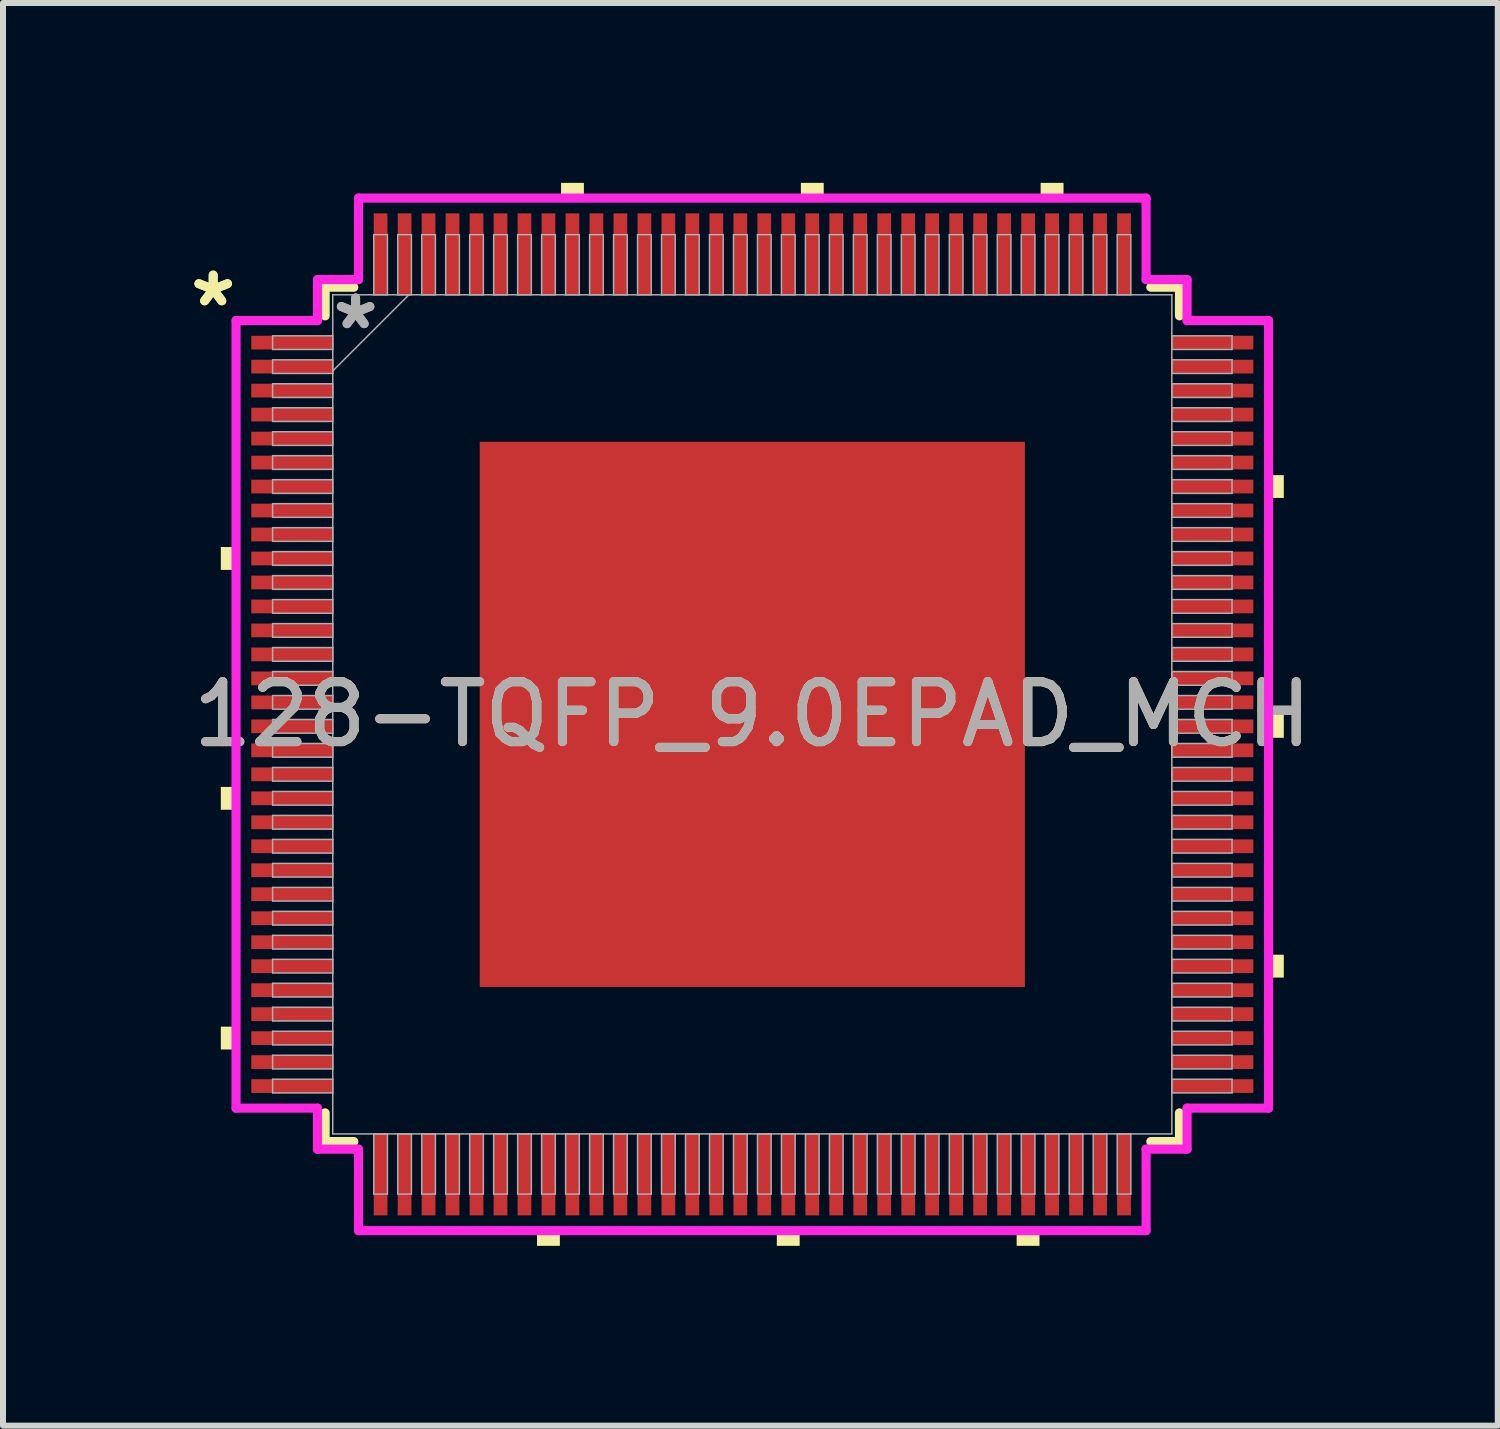
<source format=kicad_pcb>
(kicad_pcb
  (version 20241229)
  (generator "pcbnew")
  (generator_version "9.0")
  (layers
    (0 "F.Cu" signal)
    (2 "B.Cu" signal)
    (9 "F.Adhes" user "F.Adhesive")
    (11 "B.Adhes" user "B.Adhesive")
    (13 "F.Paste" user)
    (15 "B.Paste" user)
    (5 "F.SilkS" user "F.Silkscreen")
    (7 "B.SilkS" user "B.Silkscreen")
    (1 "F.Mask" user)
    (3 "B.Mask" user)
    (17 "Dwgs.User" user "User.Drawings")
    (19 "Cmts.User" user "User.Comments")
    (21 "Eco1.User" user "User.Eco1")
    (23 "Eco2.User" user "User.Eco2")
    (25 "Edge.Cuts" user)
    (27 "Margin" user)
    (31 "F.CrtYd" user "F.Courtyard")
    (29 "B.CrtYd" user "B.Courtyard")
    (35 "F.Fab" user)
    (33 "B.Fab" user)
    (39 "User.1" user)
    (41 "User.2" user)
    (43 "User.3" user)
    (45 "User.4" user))
  (footprint "128-TQFP_9.0EPAD_MCH"
    (layer "F.Cu")
    (at 9.498 8.865)
    (property "Reference" "128-TQFP_9.0EPAD_MCH" (at 0 0 0) (unlocked yes) (layer "F.SilkS") (effects (font (size 1 1) (thickness 0.15))))
    (attr smd)
    (fp_line (start -7.125 -7.125) (end -7.125 -6.647) (stroke (width 0.152) (type solid)) (layer "F.SilkS"))
    (fp_line (start -7.125 6.647) (end -7.125 7.125) (stroke (width 0.152) (type solid)) (layer "F.SilkS"))
    (fp_line (start -7.125 7.125) (end -6.647 7.125) (stroke (width 0.152) (type solid)) (layer "F.SilkS"))
    (fp_line (start -6.647 -7.125) (end -7.125 -7.125) (stroke (width 0.152) (type solid)) (layer "F.SilkS"))
    (fp_line (start 6.647 7.125) (end 7.125 7.125) (stroke (width 0.152) (type solid)) (layer "F.SilkS"))
    (fp_line (start 7.125 -7.125) (end 6.647 -7.125) (stroke (width 0.152) (type solid)) (layer "F.SilkS"))
    (fp_line (start 7.125 -6.647) (end 7.125 -7.125) (stroke (width 0.152) (type solid)) (layer "F.SilkS"))
    (fp_line (start 7.125 7.125) (end 7.125 6.647) (stroke (width 0.152) (type solid)) (layer "F.SilkS"))
    (fp_poly (pts (xy -8.865 -2.791) (xy -8.865 -2.409) (xy -8.611 -2.409) (xy -8.611 -2.791)) (stroke (width 0) (type solid)) (fill yes) (layer "F.SilkS"))
    (fp_poly (pts (xy -8.865 1.21) (xy -8.865 1.591) (xy -8.611 1.591) (xy -8.611 1.21)) (stroke (width 0) (type solid)) (fill yes) (layer "F.SilkS"))
    (fp_poly (pts (xy -8.865 5.209) (xy -8.865 5.59) (xy -8.611 5.59) (xy -8.611 5.209)) (stroke (width 0) (type solid)) (fill yes) (layer "F.SilkS"))
    (fp_poly (pts (xy -3.591 8.611) (xy -3.591 8.865) (xy -3.21 8.865) (xy -3.21 8.611)) (stroke (width 0) (type solid)) (fill yes) (layer "F.SilkS"))
    (fp_poly (pts (xy -3.19 -8.611) (xy -3.19 -8.865) (xy -2.809 -8.865) (xy -2.809 -8.611)) (stroke (width 0) (type solid)) (fill yes) (layer "F.SilkS"))
    (fp_poly (pts (xy 0.409 8.611) (xy 0.409 8.865) (xy 0.79 8.865) (xy 0.79 8.611)) (stroke (width 0) (type solid)) (fill yes) (layer "F.SilkS"))
    (fp_poly (pts (xy 0.81 -8.611) (xy 0.81 -8.865) (xy 1.191 -8.865) (xy 1.191 -8.611)) (stroke (width 0) (type solid)) (fill yes) (layer "F.SilkS"))
    (fp_poly (pts (xy 4.409 8.611) (xy 4.409 8.865) (xy 4.79 8.865) (xy 4.79 8.611)) (stroke (width 0) (type solid)) (fill yes) (layer "F.SilkS"))
    (fp_poly (pts (xy 4.809 -8.611) (xy 4.809 -8.865) (xy 5.191 -8.865) (xy 5.191 -8.611)) (stroke (width 0) (type solid)) (fill yes) (layer "F.SilkS"))
    (fp_poly (pts (xy 8.865 -3.99) (xy 8.865 -3.61) (xy 8.611 -3.61) (xy 8.611 -3.99)) (stroke (width 0) (type solid)) (fill yes) (layer "F.SilkS"))
    (fp_poly (pts (xy 8.865 0.009) (xy 8.865 0.391) (xy 8.611 0.391) (xy 8.611 0.009)) (stroke (width 0) (type solid)) (fill yes) (layer "F.SilkS"))
    (fp_poly (pts (xy 8.865 4.009) (xy 8.865 4.39) (xy 8.611 4.39) (xy 8.611 4.009)) (stroke (width 0) (type solid)) (fill yes) (layer "F.SilkS"))
    (fp_poly (pts (xy -4.447 -4.447) (xy -4.447 -3.348) (xy -3.348 -3.348) (xy -3.348 -4.447)) (stroke (width 0) (type solid)) (fill yes) (layer "F.Paste"))
    (fp_poly (pts (xy -4.447 -3.148) (xy -4.447 -2.049) (xy -3.348 -2.049) (xy -3.348 -3.148)) (stroke (width 0) (type solid)) (fill yes) (layer "F.Paste"))
    (fp_poly (pts (xy -4.447 -1.849) (xy -4.447 -0.75) (xy -3.348 -0.75) (xy -3.348 -1.849)) (stroke (width 0) (type solid)) (fill yes) (layer "F.Paste"))
    (fp_poly (pts (xy -4.447 -0.55) (xy -4.447 0.55) (xy -3.348 0.55) (xy -3.348 -0.55)) (stroke (width 0) (type solid)) (fill yes) (layer "F.Paste"))
    (fp_poly (pts (xy -4.447 0.75) (xy -4.447 1.849) (xy -3.348 1.849) (xy -3.348 0.75)) (stroke (width 0) (type solid)) (fill yes) (layer "F.Paste"))
    (fp_poly (pts (xy -4.447 2.049) (xy -4.447 3.148) (xy -3.348 3.148) (xy -3.348 2.049)) (stroke (width 0) (type solid)) (fill yes) (layer "F.Paste"))
    (fp_poly (pts (xy -4.447 3.348) (xy -4.447 4.447) (xy -3.348 4.447) (xy -3.348 3.348)) (stroke (width 0) (type solid)) (fill yes) (layer "F.Paste"))
    (fp_poly (pts (xy -3.148 -4.447) (xy -3.148 -3.348) (xy -2.049 -3.348) (xy -2.049 -4.447)) (stroke (width 0) (type solid)) (fill yes) (layer "F.Paste"))
    (fp_poly (pts (xy -3.148 -3.148) (xy -3.148 -2.049) (xy -2.049 -2.049) (xy -2.049 -3.148)) (stroke (width 0) (type solid)) (fill yes) (layer "F.Paste"))
    (fp_poly (pts (xy -3.148 -1.849) (xy -3.148 -0.75) (xy -2.049 -0.75) (xy -2.049 -1.849)) (stroke (width 0) (type solid)) (fill yes) (layer "F.Paste"))
    (fp_poly (pts (xy -3.148 -0.55) (xy -3.148 0.55) (xy -2.049 0.55) (xy -2.049 -0.55)) (stroke (width 0) (type solid)) (fill yes) (layer "F.Paste"))
    (fp_poly (pts (xy -3.148 0.75) (xy -3.148 1.849) (xy -2.049 1.849) (xy -2.049 0.75)) (stroke (width 0) (type solid)) (fill yes) (layer "F.Paste"))
    (fp_poly (pts (xy -3.148 2.049) (xy -3.148 3.148) (xy -2.049 3.148) (xy -2.049 2.049)) (stroke (width 0) (type solid)) (fill yes) (layer "F.Paste"))
    (fp_poly (pts (xy -3.148 3.348) (xy -3.148 4.447) (xy -2.049 4.447) (xy -2.049 3.348)) (stroke (width 0) (type solid)) (fill yes) (layer "F.Paste"))
    (fp_poly (pts (xy -1.849 -4.447) (xy -1.849 -3.348) (xy -0.75 -3.348) (xy -0.75 -4.447)) (stroke (width 0) (type solid)) (fill yes) (layer "F.Paste"))
    (fp_poly (pts (xy -1.849 -3.148) (xy -1.849 -2.049) (xy -0.75 -2.049) (xy -0.75 -3.148)) (stroke (width 0) (type solid)) (fill yes) (layer "F.Paste"))
    (fp_poly (pts (xy -1.849 -1.849) (xy -1.849 -0.75) (xy -0.75 -0.75) (xy -0.75 -1.849)) (stroke (width 0) (type solid)) (fill yes) (layer "F.Paste"))
    (fp_poly (pts (xy -1.849 -0.55) (xy -1.849 0.55) (xy -0.75 0.55) (xy -0.75 -0.55)) (stroke (width 0) (type solid)) (fill yes) (layer "F.Paste"))
    (fp_poly (pts (xy -1.849 0.75) (xy -1.849 1.849) (xy -0.75 1.849) (xy -0.75 0.75)) (stroke (width 0) (type solid)) (fill yes) (layer "F.Paste"))
    (fp_poly (pts (xy -1.849 2.049) (xy -1.849 3.148) (xy -0.75 3.148) (xy -0.75 2.049)) (stroke (width 0) (type solid)) (fill yes) (layer "F.Paste"))
    (fp_poly (pts (xy -1.849 3.348) (xy -1.849 4.447) (xy -0.75 4.447) (xy -0.75 3.348)) (stroke (width 0) (type solid)) (fill yes) (layer "F.Paste"))
    (fp_poly (pts (xy -0.55 -4.447) (xy -0.55 -3.348) (xy 0.55 -3.348) (xy 0.55 -4.447)) (stroke (width 0) (type solid)) (fill yes) (layer "F.Paste"))
    (fp_poly (pts (xy -0.55 -3.148) (xy -0.55 -2.049) (xy 0.55 -2.049) (xy 0.55 -3.148)) (stroke (width 0) (type solid)) (fill yes) (layer "F.Paste"))
    (fp_poly (pts (xy -0.55 -1.849) (xy -0.55 -0.75) (xy 0.55 -0.75) (xy 0.55 -1.849)) (stroke (width 0) (type solid)) (fill yes) (layer "F.Paste"))
    (fp_poly (pts (xy -0.55 -0.55) (xy -0.55 0.55) (xy 0.55 0.55) (xy 0.55 -0.55)) (stroke (width 0) (type solid)) (fill yes) (layer "F.Paste"))
    (fp_poly (pts (xy -0.55 0.75) (xy -0.55 1.849) (xy 0.55 1.849) (xy 0.55 0.75)) (stroke (width 0) (type solid)) (fill yes) (layer "F.Paste"))
    (fp_poly (pts (xy -0.55 2.049) (xy -0.55 3.148) (xy 0.55 3.148) (xy 0.55 2.049)) (stroke (width 0) (type solid)) (fill yes) (layer "F.Paste"))
    (fp_poly (pts (xy -0.55 3.348) (xy -0.55 4.447) (xy 0.55 4.447) (xy 0.55 3.348)) (stroke (width 0) (type solid)) (fill yes) (layer "F.Paste"))
    (fp_poly (pts (xy 0.75 -4.447) (xy 0.75 -3.348) (xy 1.849 -3.348) (xy 1.849 -4.447)) (stroke (width 0) (type solid)) (fill yes) (layer "F.Paste"))
    (fp_poly (pts (xy 0.75 -3.148) (xy 0.75 -2.049) (xy 1.849 -2.049) (xy 1.849 -3.148)) (stroke (width 0) (type solid)) (fill yes) (layer "F.Paste"))
    (fp_poly (pts (xy 0.75 -1.849) (xy 0.75 -0.75) (xy 1.849 -0.75) (xy 1.849 -1.849)) (stroke (width 0) (type solid)) (fill yes) (layer "F.Paste"))
    (fp_poly (pts (xy 0.75 -0.55) (xy 0.75 0.55) (xy 1.849 0.55) (xy 1.849 -0.55)) (stroke (width 0) (type solid)) (fill yes) (layer "F.Paste"))
    (fp_poly (pts (xy 0.75 0.75) (xy 0.75 1.849) (xy 1.849 1.849) (xy 1.849 0.75)) (stroke (width 0) (type solid)) (fill yes) (layer "F.Paste"))
    (fp_poly (pts (xy 0.75 2.049) (xy 0.75 3.148) (xy 1.849 3.148) (xy 1.849 2.049)) (stroke (width 0) (type solid)) (fill yes) (layer "F.Paste"))
    (fp_poly (pts (xy 0.75 3.348) (xy 0.75 4.447) (xy 1.849 4.447) (xy 1.849 3.348)) (stroke (width 0) (type solid)) (fill yes) (layer "F.Paste"))
    (fp_poly (pts (xy 2.049 -4.447) (xy 2.049 -3.348) (xy 3.148 -3.348) (xy 3.148 -4.447)) (stroke (width 0) (type solid)) (fill yes) (layer "F.Paste"))
    (fp_poly (pts (xy 2.049 -3.148) (xy 2.049 -2.049) (xy 3.148 -2.049) (xy 3.148 -3.148)) (stroke (width 0) (type solid)) (fill yes) (layer "F.Paste"))
    (fp_poly (pts (xy 2.049 -1.849) (xy 2.049 -0.75) (xy 3.148 -0.75) (xy 3.148 -1.849)) (stroke (width 0) (type solid)) (fill yes) (layer "F.Paste"))
    (fp_poly (pts (xy 2.049 -0.55) (xy 2.049 0.55) (xy 3.148 0.55) (xy 3.148 -0.55)) (stroke (width 0) (type solid)) (fill yes) (layer "F.Paste"))
    (fp_poly (pts (xy 2.049 0.75) (xy 2.049 1.849) (xy 3.148 1.849) (xy 3.148 0.75)) (stroke (width 0) (type solid)) (fill yes) (layer "F.Paste"))
    (fp_poly (pts (xy 2.049 2.049) (xy 2.049 3.148) (xy 3.148 3.148) (xy 3.148 2.049)) (stroke (width 0) (type solid)) (fill yes) (layer "F.Paste"))
    (fp_poly (pts (xy 2.049 3.348) (xy 2.049 4.447) (xy 3.148 4.447) (xy 3.148 3.348)) (stroke (width 0) (type solid)) (fill yes) (layer "F.Paste"))
    (fp_poly (pts (xy 3.348 -4.447) (xy 3.348 -3.348) (xy 4.447 -3.348) (xy 4.447 -4.447)) (stroke (width 0) (type solid)) (fill yes) (layer "F.Paste"))
    (fp_poly (pts (xy 3.348 -3.148) (xy 3.348 -2.049) (xy 4.447 -2.049) (xy 4.447 -3.148)) (stroke (width 0) (type solid)) (fill yes) (layer "F.Paste"))
    (fp_poly (pts (xy 3.348 -1.849) (xy 3.348 -0.75) (xy 4.447 -0.75) (xy 4.447 -1.849)) (stroke (width 0) (type solid)) (fill yes) (layer "F.Paste"))
    (fp_poly (pts (xy 3.348 -0.55) (xy 3.348 0.55) (xy 4.447 0.55) (xy 4.447 -0.55)) (stroke (width 0) (type solid)) (fill yes) (layer "F.Paste"))
    (fp_poly (pts (xy 3.348 0.75) (xy 3.348 1.849) (xy 4.447 1.849) (xy 4.447 0.75)) (stroke (width 0) (type solid)) (fill yes) (layer "F.Paste"))
    (fp_poly (pts (xy 3.348 2.049) (xy 3.348 3.148) (xy 4.447 3.148) (xy 4.447 2.049)) (stroke (width 0) (type solid)) (fill yes) (layer "F.Paste"))
    (fp_poly (pts (xy 3.348 3.348) (xy 3.348 4.447) (xy 4.447 4.447) (xy 4.447 3.348)) (stroke (width 0) (type solid)) (fill yes) (layer "F.Paste"))
    (fp_line (start -8.611 -6.568) (end -7.252 -6.568) (stroke (width 0.152) (type solid)) (layer "F.CrtYd"))
    (fp_line (start -8.611 6.568) (end -8.611 -6.568) (stroke (width 0.152) (type solid)) (layer "F.CrtYd"))
    (fp_line (start -7.252 -7.252) (end -6.568 -7.252) (stroke (width 0.152) (type solid)) (layer "F.CrtYd"))
    (fp_line (start -7.252 -6.568) (end -7.252 -7.252) (stroke (width 0.152) (type solid)) (layer "F.CrtYd"))
    (fp_line (start -7.252 6.568) (end -8.611 6.568) (stroke (width 0.152) (type solid)) (layer "F.CrtYd"))
    (fp_line (start -7.252 7.252) (end -7.252 6.568) (stroke (width 0.152) (type solid)) (layer "F.CrtYd"))
    (fp_line (start -7.252 7.252) (end -6.568 7.252) (stroke (width 0.152) (type solid)) (layer "F.CrtYd"))
    (fp_line (start -6.568 -8.611) (end 6.568 -8.611) (stroke (width 0.152) (type solid)) (layer "F.CrtYd"))
    (fp_line (start -6.568 -7.252) (end -6.568 -8.611) (stroke (width 0.152) (type solid)) (layer "F.CrtYd"))
    (fp_line (start -6.568 7.252) (end -6.568 8.611) (stroke (width 0.152) (type solid)) (layer "F.CrtYd"))
    (fp_line (start -6.568 8.611) (end 6.568 8.611) (stroke (width 0.152) (type solid)) (layer "F.CrtYd"))
    (fp_line (start 6.568 -8.611) (end 6.568 -7.252) (stroke (width 0.152) (type solid)) (layer "F.CrtYd"))
    (fp_line (start 6.568 -7.252) (end 7.252 -7.252) (stroke (width 0.152) (type solid)) (layer "F.CrtYd"))
    (fp_line (start 6.568 7.252) (end 7.252 7.252) (stroke (width 0.152) (type solid)) (layer "F.CrtYd"))
    (fp_line (start 6.568 8.611) (end 6.568 7.252) (stroke (width 0.152) (type solid)) (layer "F.CrtYd"))
    (fp_line (start 7.252 -6.568) (end 7.252 -7.252) (stroke (width 0.152) (type solid)) (layer "F.CrtYd"))
    (fp_line (start 7.252 6.568) (end 8.611 6.568) (stroke (width 0.152) (type solid)) (layer "F.CrtYd"))
    (fp_line (start 7.252 7.252) (end 7.252 6.568) (stroke (width 0.152) (type solid)) (layer "F.CrtYd"))
    (fp_line (start 8.611 -6.568) (end 7.252 -6.568) (stroke (width 0.152) (type solid)) (layer "F.CrtYd"))
    (fp_line (start 8.611 6.568) (end 8.611 -6.568) (stroke (width 0.152) (type solid)) (layer "F.CrtYd"))
    (fp_line (start -8.001 -6.314) (end -8.001 -6.086) (stroke (width 0.025) (type solid)) (layer "F.Fab"))
    (fp_line (start -8.001 -6.086) (end -6.998 -6.086) (stroke (width 0.025) (type solid)) (layer "F.Fab"))
    (fp_line (start -8.001 -5.914) (end -8.001 -5.686) (stroke (width 0.025) (type solid)) (layer "F.Fab"))
    (fp_line (start -8.001 -5.686) (end -6.998 -5.686) (stroke (width 0.025) (type solid)) (layer "F.Fab"))
    (fp_line (start -8.001 -5.514) (end -8.001 -5.286) (stroke (width 0.025) (type solid)) (layer "F.Fab"))
    (fp_line (start -8.001 -5.286) (end -6.998 -5.286) (stroke (width 0.025) (type solid)) (layer "F.Fab"))
    (fp_line (start -8.001 -5.114) (end -8.001 -4.886) (stroke (width 0.025) (type solid)) (layer "F.Fab"))
    (fp_line (start -8.001 -4.886) (end -6.998 -4.886) (stroke (width 0.025) (type solid)) (layer "F.Fab"))
    (fp_line (start -8.001 -4.714) (end -8.001 -4.486) (stroke (width 0.025) (type solid)) (layer "F.Fab"))
    (fp_line (start -8.001 -4.486) (end -6.998 -4.486) (stroke (width 0.025) (type solid)) (layer "F.Fab"))
    (fp_line (start -8.001 -4.314) (end -8.001 -4.086) (stroke (width 0.025) (type solid)) (layer "F.Fab"))
    (fp_line (start -8.001 -4.086) (end -6.998 -4.086) (stroke (width 0.025) (type solid)) (layer "F.Fab"))
    (fp_line (start -8.001 -3.914) (end -8.001 -3.686) (stroke (width 0.025) (type solid)) (layer "F.Fab"))
    (fp_line (start -8.001 -3.686) (end -6.998 -3.686) (stroke (width 0.025) (type solid)) (layer "F.Fab"))
    (fp_line (start -8.001 -3.514) (end -8.001 -3.286) (stroke (width 0.025) (type solid)) (layer "F.Fab"))
    (fp_line (start -8.001 -3.286) (end -6.998 -3.286) (stroke (width 0.025) (type solid)) (layer "F.Fab"))
    (fp_line (start -8.001 -3.114) (end -8.001 -2.886) (stroke (width 0.025) (type solid)) (layer "F.Fab"))
    (fp_line (start -8.001 -2.886) (end -6.998 -2.886) (stroke (width 0.025) (type solid)) (layer "F.Fab"))
    (fp_line (start -8.001 -2.714) (end -8.001 -2.486) (stroke (width 0.025) (type solid)) (layer "F.Fab"))
    (fp_line (start -8.001 -2.486) (end -6.998 -2.486) (stroke (width 0.025) (type solid)) (layer "F.Fab"))
    (fp_line (start -8.001 -2.314) (end -8.001 -2.086) (stroke (width 0.025) (type solid)) (layer "F.Fab"))
    (fp_line (start -8.001 -2.086) (end -6.998 -2.086) (stroke (width 0.025) (type solid)) (layer "F.Fab"))
    (fp_line (start -8.001 -1.914) (end -8.001 -1.686) (stroke (width 0.025) (type solid)) (layer "F.Fab"))
    (fp_line (start -8.001 -1.686) (end -6.998 -1.686) (stroke (width 0.025) (type solid)) (layer "F.Fab"))
    (fp_line (start -8.001 -1.514) (end -8.001 -1.286) (stroke (width 0.025) (type solid)) (layer "F.Fab"))
    (fp_line (start -8.001 -1.286) (end -6.998 -1.286) (stroke (width 0.025) (type solid)) (layer "F.Fab"))
    (fp_line (start -8.001 -1.114) (end -8.001 -0.886) (stroke (width 0.025) (type solid)) (layer "F.Fab"))
    (fp_line (start -8.001 -0.886) (end -6.998 -0.886) (stroke (width 0.025) (type solid)) (layer "F.Fab"))
    (fp_line (start -8.001 -0.714) (end -8.001 -0.486) (stroke (width 0.025) (type solid)) (layer "F.Fab"))
    (fp_line (start -8.001 -0.486) (end -6.998 -0.486) (stroke (width 0.025) (type solid)) (layer "F.Fab"))
    (fp_line (start -8.001 -0.314) (end -8.001 -0.086) (stroke (width 0.025) (type solid)) (layer "F.Fab"))
    (fp_line (start -8.001 -0.086) (end -6.998 -0.086) (stroke (width 0.025) (type solid)) (layer "F.Fab"))
    (fp_line (start -8.001 0.086) (end -8.001 0.314) (stroke (width 0.025) (type solid)) (layer "F.Fab"))
    (fp_line (start -8.001 0.314) (end -6.998 0.314) (stroke (width 0.025) (type solid)) (layer "F.Fab"))
    (fp_line (start -8.001 0.486) (end -8.001 0.714) (stroke (width 0.025) (type solid)) (layer "F.Fab"))
    (fp_line (start -8.001 0.714) (end -6.998 0.714) (stroke (width 0.025) (type solid)) (layer "F.Fab"))
    (fp_line (start -8.001 0.886) (end -8.001 1.114) (stroke (width 0.025) (type solid)) (layer "F.Fab"))
    (fp_line (start -8.001 1.114) (end -6.998 1.114) (stroke (width 0.025) (type solid)) (layer "F.Fab"))
    (fp_line (start -8.001 1.286) (end -8.001 1.514) (stroke (width 0.025) (type solid)) (layer "F.Fab"))
    (fp_line (start -8.001 1.514) (end -6.998 1.514) (stroke (width 0.025) (type solid)) (layer "F.Fab"))
    (fp_line (start -8.001 1.686) (end -8.001 1.914) (stroke (width 0.025) (type solid)) (layer "F.Fab"))
    (fp_line (start -8.001 1.914) (end -6.998 1.914) (stroke (width 0.025) (type solid)) (layer "F.Fab"))
    (fp_line (start -8.001 2.086) (end -8.001 2.314) (stroke (width 0.025) (type solid)) (layer "F.Fab"))
    (fp_line (start -8.001 2.314) (end -6.998 2.314) (stroke (width 0.025) (type solid)) (layer "F.Fab"))
    (fp_line (start -8.001 2.486) (end -8.001 2.714) (stroke (width 0.025) (type solid)) (layer "F.Fab"))
    (fp_line (start -8.001 2.714) (end -6.998 2.714) (stroke (width 0.025) (type solid)) (layer "F.Fab"))
    (fp_line (start -8.001 2.886) (end -8.001 3.114) (stroke (width 0.025) (type solid)) (layer "F.Fab"))
    (fp_line (start -8.001 3.114) (end -6.998 3.114) (stroke (width 0.025) (type solid)) (layer "F.Fab"))
    (fp_line (start -8.001 3.286) (end -8.001 3.514) (stroke (width 0.025) (type solid)) (layer "F.Fab"))
    (fp_line (start -8.001 3.514) (end -6.998 3.514) (stroke (width 0.025) (type solid)) (layer "F.Fab"))
    (fp_line (start -8.001 3.686) (end -8.001 3.914) (stroke (width 0.025) (type solid)) (layer "F.Fab"))
    (fp_line (start -8.001 3.914) (end -6.998 3.914) (stroke (width 0.025) (type solid)) (layer "F.Fab"))
    (fp_line (start -8.001 4.086) (end -8.001 4.314) (stroke (width 0.025) (type solid)) (layer "F.Fab"))
    (fp_line (start -8.001 4.314) (end -6.998 4.314) (stroke (width 0.025) (type solid)) (layer "F.Fab"))
    (fp_line (start -8.001 4.486) (end -8.001 4.714) (stroke (width 0.025) (type solid)) (layer "F.Fab"))
    (fp_line (start -8.001 4.714) (end -6.998 4.714) (stroke (width 0.025) (type solid)) (layer "F.Fab"))
    (fp_line (start -8.001 4.886) (end -8.001 5.114) (stroke (width 0.025) (type solid)) (layer "F.Fab"))
    (fp_line (start -8.001 5.114) (end -6.998 5.114) (stroke (width 0.025) (type solid)) (layer "F.Fab"))
    (fp_line (start -8.001 5.286) (end -8.001 5.514) (stroke (width 0.025) (type solid)) (layer "F.Fab"))
    (fp_line (start -8.001 5.514) (end -6.998 5.514) (stroke (width 0.025) (type solid)) (layer "F.Fab"))
    (fp_line (start -8.001 5.686) (end -8.001 5.914) (stroke (width 0.025) (type solid)) (layer "F.Fab"))
    (fp_line (start -8.001 5.914) (end -6.998 5.914) (stroke (width 0.025) (type solid)) (layer "F.Fab"))
    (fp_line (start -8.001 6.086) (end -8.001 6.314) (stroke (width 0.025) (type solid)) (layer "F.Fab"))
    (fp_line (start -8.001 6.314) (end -6.998 6.314) (stroke (width 0.025) (type solid)) (layer "F.Fab"))
    (fp_line (start -6.998 -6.998) (end -6.998 6.998) (stroke (width 0.025) (type solid)) (layer "F.Fab"))
    (fp_line (start -6.998 -6.314) (end -8.001 -6.314) (stroke (width 0.025) (type solid)) (layer "F.Fab"))
    (fp_line (start -6.998 -6.086) (end -6.998 -6.314) (stroke (width 0.025) (type solid)) (layer "F.Fab"))
    (fp_line (start -6.998 -5.914) (end -8.001 -5.914) (stroke (width 0.025) (type solid)) (layer "F.Fab"))
    (fp_line (start -6.998 -5.728) (end -5.728 -6.998) (stroke (width 0.025) (type solid)) (layer "F.Fab"))
    (fp_line (start -6.998 -5.686) (end -6.998 -5.914) (stroke (width 0.025) (type solid)) (layer "F.Fab"))
    (fp_line (start -6.998 -5.514) (end -8.001 -5.514) (stroke (width 0.025) (type solid)) (layer "F.Fab"))
    (fp_line (start -6.998 -5.286) (end -6.998 -5.514) (stroke (width 0.025) (type solid)) (layer "F.Fab"))
    (fp_line (start -6.998 -5.114) (end -8.001 -5.114) (stroke (width 0.025) (type solid)) (layer "F.Fab"))
    (fp_line (start -6.998 -4.886) (end -6.998 -5.114) (stroke (width 0.025) (type solid)) (layer "F.Fab"))
    (fp_line (start -6.998 -4.714) (end -8.001 -4.714) (stroke (width 0.025) (type solid)) (layer "F.Fab"))
    (fp_line (start -6.998 -4.486) (end -6.998 -4.714) (stroke (width 0.025) (type solid)) (layer "F.Fab"))
    (fp_line (start -6.998 -4.314) (end -8.001 -4.314) (stroke (width 0.025) (type solid)) (layer "F.Fab"))
    (fp_line (start -6.998 -4.086) (end -6.998 -4.314) (stroke (width 0.025) (type solid)) (layer "F.Fab"))
    (fp_line (start -6.998 -3.914) (end -8.001 -3.914) (stroke (width 0.025) (type solid)) (layer "F.Fab"))
    (fp_line (start -6.998 -3.686) (end -6.998 -3.914) (stroke (width 0.025) (type solid)) (layer "F.Fab"))
    (fp_line (start -6.998 -3.514) (end -8.001 -3.514) (stroke (width 0.025) (type solid)) (layer "F.Fab"))
    (fp_line (start -6.998 -3.286) (end -6.998 -3.514) (stroke (width 0.025) (type solid)) (layer "F.Fab"))
    (fp_line (start -6.998 -3.114) (end -8.001 -3.114) (stroke (width 0.025) (type solid)) (layer "F.Fab"))
    (fp_line (start -6.998 -2.886) (end -6.998 -3.114) (stroke (width 0.025) (type solid)) (layer "F.Fab"))
    (fp_line (start -6.998 -2.714) (end -8.001 -2.714) (stroke (width 0.025) (type solid)) (layer "F.Fab"))
    (fp_line (start -6.998 -2.486) (end -6.998 -2.714) (stroke (width 0.025) (type solid)) (layer "F.Fab"))
    (fp_line (start -6.998 -2.314) (end -8.001 -2.314) (stroke (width 0.025) (type solid)) (layer "F.Fab"))
    (fp_line (start -6.998 -2.086) (end -6.998 -2.314) (stroke (width 0.025) (type solid)) (layer "F.Fab"))
    (fp_line (start -6.998 -1.914) (end -8.001 -1.914) (stroke (width 0.025) (type solid)) (layer "F.Fab"))
    (fp_line (start -6.998 -1.686) (end -6.998 -1.914) (stroke (width 0.025) (type solid)) (layer "F.Fab"))
    (fp_line (start -6.998 -1.514) (end -8.001 -1.514) (stroke (width 0.025) (type solid)) (layer "F.Fab"))
    (fp_line (start -6.998 -1.286) (end -6.998 -1.514) (stroke (width 0.025) (type solid)) (layer "F.Fab"))
    (fp_line (start -6.998 -1.114) (end -8.001 -1.114) (stroke (width 0.025) (type solid)) (layer "F.Fab"))
    (fp_line (start -6.998 -0.886) (end -6.998 -1.114) (stroke (width 0.025) (type solid)) (layer "F.Fab"))
    (fp_line (start -6.998 -0.714) (end -8.001 -0.714) (stroke (width 0.025) (type solid)) (layer "F.Fab"))
    (fp_line (start -6.998 -0.486) (end -6.998 -0.714) (stroke (width 0.025) (type solid)) (layer "F.Fab"))
    (fp_line (start -6.998 -0.314) (end -8.001 -0.314) (stroke (width 0.025) (type solid)) (layer "F.Fab"))
    (fp_line (start -6.998 -0.086) (end -6.998 -0.314) (stroke (width 0.025) (type solid)) (layer "F.Fab"))
    (fp_line (start -6.998 0.086) (end -8.001 0.086) (stroke (width 0.025) (type solid)) (layer "F.Fab"))
    (fp_line (start -6.998 0.314) (end -6.998 0.086) (stroke (width 0.025) (type solid)) (layer "F.Fab"))
    (fp_line (start -6.998 0.486) (end -8.001 0.486) (stroke (width 0.025) (type solid)) (layer "F.Fab"))
    (fp_line (start -6.998 0.714) (end -6.998 0.486) (stroke (width 0.025) (type solid)) (layer "F.Fab"))
    (fp_line (start -6.998 0.886) (end -8.001 0.886) (stroke (width 0.025) (type solid)) (layer "F.Fab"))
    (fp_line (start -6.998 1.114) (end -6.998 0.886) (stroke (width 0.025) (type solid)) (layer "F.Fab"))
    (fp_line (start -6.998 1.286) (end -8.001 1.286) (stroke (width 0.025) (type solid)) (layer "F.Fab"))
    (fp_line (start -6.998 1.514) (end -6.998 1.286) (stroke (width 0.025) (type solid)) (layer "F.Fab"))
    (fp_line (start -6.998 1.686) (end -8.001 1.686) (stroke (width 0.025) (type solid)) (layer "F.Fab"))
    (fp_line (start -6.998 1.914) (end -6.998 1.686) (stroke (width 0.025) (type solid)) (layer "F.Fab"))
    (fp_line (start -6.998 2.086) (end -8.001 2.086) (stroke (width 0.025) (type solid)) (layer "F.Fab"))
    (fp_line (start -6.998 2.314) (end -6.998 2.086) (stroke (width 0.025) (type solid)) (layer "F.Fab"))
    (fp_line (start -6.998 2.486) (end -8.001 2.486) (stroke (width 0.025) (type solid)) (layer "F.Fab"))
    (fp_line (start -6.998 2.714) (end -6.998 2.486) (stroke (width 0.025) (type solid)) (layer "F.Fab"))
    (fp_line (start -6.998 2.886) (end -8.001 2.886) (stroke (width 0.025) (type solid)) (layer "F.Fab"))
    (fp_line (start -6.998 3.114) (end -6.998 2.886) (stroke (width 0.025) (type solid)) (layer "F.Fab"))
    (fp_line (start -6.998 3.286) (end -8.001 3.286) (stroke (width 0.025) (type solid)) (layer "F.Fab"))
    (fp_line (start -6.998 3.514) (end -6.998 3.286) (stroke (width 0.025) (type solid)) (layer "F.Fab"))
    (fp_line (start -6.998 3.686) (end -8.001 3.686) (stroke (width 0.025) (type solid)) (layer "F.Fab"))
    (fp_line (start -6.998 3.914) (end -6.998 3.686) (stroke (width 0.025) (type solid)) (layer "F.Fab"))
    (fp_line (start -6.998 4.086) (end -8.001 4.086) (stroke (width 0.025) (type solid)) (layer "F.Fab"))
    (fp_line (start -6.998 4.314) (end -6.998 4.086) (stroke (width 0.025) (type solid)) (layer "F.Fab"))
    (fp_line (start -6.998 4.486) (end -8.001 4.486) (stroke (width 0.025) (type solid)) (layer "F.Fab"))
    (fp_line (start -6.998 4.714) (end -6.998 4.486) (stroke (width 0.025) (type solid)) (layer "F.Fab"))
    (fp_line (start -6.998 4.886) (end -8.001 4.886) (stroke (width 0.025) (type solid)) (layer "F.Fab"))
    (fp_line (start -6.998 5.114) (end -6.998 4.886) (stroke (width 0.025) (type solid)) (layer "F.Fab"))
    (fp_line (start -6.998 5.286) (end -8.001 5.286) (stroke (width 0.025) (type solid)) (layer "F.Fab"))
    (fp_line (start -6.998 5.514) (end -6.998 5.286) (stroke (width 0.025) (type solid)) (layer "F.Fab"))
    (fp_line (start -6.998 5.686) (end -8.001 5.686) (stroke (width 0.025) (type solid)) (layer "F.Fab"))
    (fp_line (start -6.998 5.914) (end -6.998 5.686) (stroke (width 0.025) (type solid)) (layer "F.Fab"))
    (fp_line (start -6.998 6.086) (end -8.001 6.086) (stroke (width 0.025) (type solid)) (layer "F.Fab"))
    (fp_line (start -6.998 6.314) (end -6.998 6.086) (stroke (width 0.025) (type solid)) (layer "F.Fab"))
    (fp_line (start -6.998 6.998) (end 6.998 6.998) (stroke (width 0.025) (type solid)) (layer "F.Fab"))
    (fp_line (start -6.314 -8.001) (end -6.314 -6.998) (stroke (width 0.025) (type solid)) (layer "F.Fab"))
    (fp_line (start -6.314 -6.998) (end -6.086 -6.998) (stroke (width 0.025) (type solid)) (layer "F.Fab"))
    (fp_line (start -6.314 6.998) (end -6.314 8.001) (stroke (width 0.025) (type solid)) (layer "F.Fab"))
    (fp_line (start -6.314 8.001) (end -6.086 8.001) (stroke (width 0.025) (type solid)) (layer "F.Fab"))
    (fp_line (start -6.086 -8.001) (end -6.314 -8.001) (stroke (width 0.025) (type solid)) (layer "F.Fab"))
    (fp_line (start -6.086 -6.998) (end -6.086 -8.001) (stroke (width 0.025) (type solid)) (layer "F.Fab"))
    (fp_line (start -6.086 6.998) (end -6.314 6.998) (stroke (width 0.025) (type solid)) (layer "F.Fab"))
    (fp_line (start -6.086 8.001) (end -6.086 6.998) (stroke (width 0.025) (type solid)) (layer "F.Fab"))
    (fp_line (start -5.914 6.998) (end -5.914 8.001) (stroke (width 0.025) (type solid)) (layer "F.Fab"))
    (fp_line (start -5.914 8.001) (end -5.686 8.001) (stroke (width 0.025) (type solid)) (layer "F.Fab"))
    (fp_line (start -5.914 -8.001) (end -5.914 -6.998) (stroke (width 0.025) (type solid)) (layer "F.Fab"))
    (fp_line (start -5.914 -6.998) (end -5.686 -6.998) (stroke (width 0.025) (type solid)) (layer "F.Fab"))
    (fp_line (start -5.686 6.998) (end -5.914 6.998) (stroke (width 0.025) (type solid)) (layer "F.Fab"))
    (fp_line (start -5.686 8.001) (end -5.686 6.998) (stroke (width 0.025) (type solid)) (layer "F.Fab"))
    (fp_line (start -5.686 -8.001) (end -5.914 -8.001) (stroke (width 0.025) (type solid)) (layer "F.Fab"))
    (fp_line (start -5.686 -6.998) (end -5.686 -8.001) (stroke (width 0.025) (type solid)) (layer "F.Fab"))
    (fp_line (start -5.514 6.998) (end -5.514 8.001) (stroke (width 0.025) (type solid)) (layer "F.Fab"))
    (fp_line (start -5.514 8.001) (end -5.286 8.001) (stroke (width 0.025) (type solid)) (layer "F.Fab"))
    (fp_line (start -5.514 -8.001) (end -5.514 -6.998) (stroke (width 0.025) (type solid)) (layer "F.Fab"))
    (fp_line (start -5.514 -6.998) (end -5.286 -6.998) (stroke (width 0.025) (type solid)) (layer "F.Fab"))
    (fp_line (start -5.286 6.998) (end -5.514 6.998) (stroke (width 0.025) (type solid)) (layer "F.Fab"))
    (fp_line (start -5.286 8.001) (end -5.286 6.998) (stroke (width 0.025) (type solid)) (layer "F.Fab"))
    (fp_line (start -5.286 -8.001) (end -5.514 -8.001) (stroke (width 0.025) (type solid)) (layer "F.Fab"))
    (fp_line (start -5.286 -6.998) (end -5.286 -8.001) (stroke (width 0.025) (type solid)) (layer "F.Fab"))
    (fp_line (start -5.114 6.998) (end -5.114 8.001) (stroke (width 0.025) (type solid)) (layer "F.Fab"))
    (fp_line (start -5.114 8.001) (end -4.886 8.001) (stroke (width 0.025) (type solid)) (layer "F.Fab"))
    (fp_line (start -5.114 -8.001) (end -5.114 -6.998) (stroke (width 0.025) (type solid)) (layer "F.Fab"))
    (fp_line (start -5.114 -6.998) (end -4.886 -6.998) (stroke (width 0.025) (type solid)) (layer "F.Fab"))
    (fp_line (start -4.886 6.998) (end -5.114 6.998) (stroke (width 0.025) (type solid)) (layer "F.Fab"))
    (fp_line (start -4.886 8.001) (end -4.886 6.998) (stroke (width 0.025) (type solid)) (layer "F.Fab"))
    (fp_line (start -4.886 -8.001) (end -5.114 -8.001) (stroke (width 0.025) (type solid)) (layer "F.Fab"))
    (fp_line (start -4.886 -6.998) (end -4.886 -8.001) (stroke (width 0.025) (type solid)) (layer "F.Fab"))
    (fp_line (start -4.714 6.998) (end -4.714 8.001) (stroke (width 0.025) (type solid)) (layer "F.Fab"))
    (fp_line (start -4.714 8.001) (end -4.486 8.001) (stroke (width 0.025) (type solid)) (layer "F.Fab"))
    (fp_line (start -4.714 -8.001) (end -4.714 -6.998) (stroke (width 0.025) (type solid)) (layer "F.Fab"))
    (fp_line (start -4.714 -6.998) (end -4.486 -6.998) (stroke (width 0.025) (type solid)) (layer "F.Fab"))
    (fp_line (start -4.486 6.998) (end -4.714 6.998) (stroke (width 0.025) (type solid)) (layer "F.Fab"))
    (fp_line (start -4.486 8.001) (end -4.486 6.998) (stroke (width 0.025) (type solid)) (layer "F.Fab"))
    (fp_line (start -4.486 -8.001) (end -4.714 -8.001) (stroke (width 0.025) (type solid)) (layer "F.Fab"))
    (fp_line (start -4.486 -6.998) (end -4.486 -8.001) (stroke (width 0.025) (type solid)) (layer "F.Fab"))
    (fp_line (start -4.314 6.998) (end -4.314 8.001) (stroke (width 0.025) (type solid)) (layer "F.Fab"))
    (fp_line (start -4.314 8.001) (end -4.086 8.001) (stroke (width 0.025) (type solid)) (layer "F.Fab"))
    (fp_line (start -4.314 -8.001) (end -4.314 -6.998) (stroke (width 0.025) (type solid)) (layer "F.Fab"))
    (fp_line (start -4.314 -6.998) (end -4.086 -6.998) (stroke (width 0.025) (type solid)) (layer "F.Fab"))
    (fp_line (start -4.086 6.998) (end -4.314 6.998) (stroke (width 0.025) (type solid)) (layer "F.Fab"))
    (fp_line (start -4.086 8.001) (end -4.086 6.998) (stroke (width 0.025) (type solid)) (layer "F.Fab"))
    (fp_line (start -4.086 -8.001) (end -4.314 -8.001) (stroke (width 0.025) (type solid)) (layer "F.Fab"))
    (fp_line (start -4.086 -6.998) (end -4.086 -8.001) (stroke (width 0.025) (type solid)) (layer "F.Fab"))
    (fp_line (start -3.914 6.998) (end -3.914 8.001) (stroke (width 0.025) (type solid)) (layer "F.Fab"))
    (fp_line (start -3.914 8.001) (end -3.686 8.001) (stroke (width 0.025) (type solid)) (layer "F.Fab"))
    (fp_line (start -3.914 -8.001) (end -3.914 -6.998) (stroke (width 0.025) (type solid)) (layer "F.Fab"))
    (fp_line (start -3.914 -6.998) (end -3.686 -6.998) (stroke (width 0.025) (type solid)) (layer "F.Fab"))
    (fp_line (start -3.686 6.998) (end -3.914 6.998) (stroke (width 0.025) (type solid)) (layer "F.Fab"))
    (fp_line (start -3.686 8.001) (end -3.686 6.998) (stroke (width 0.025) (type solid)) (layer "F.Fab"))
    (fp_line (start -3.686 -8.001) (end -3.914 -8.001) (stroke (width 0.025) (type solid)) (layer "F.Fab"))
    (fp_line (start -3.686 -6.998) (end -3.686 -8.001) (stroke (width 0.025) (type solid)) (layer "F.Fab"))
    (fp_line (start -3.514 6.998) (end -3.514 8.001) (stroke (width 0.025) (type solid)) (layer "F.Fab"))
    (fp_line (start -3.514 8.001) (end -3.286 8.001) (stroke (width 0.025) (type solid)) (layer "F.Fab"))
    (fp_line (start -3.514 -8.001) (end -3.514 -6.998) (stroke (width 0.025) (type solid)) (layer "F.Fab"))
    (fp_line (start -3.514 -6.998) (end -3.286 -6.998) (stroke (width 0.025) (type solid)) (layer "F.Fab"))
    (fp_line (start -3.286 6.998) (end -3.514 6.998) (stroke (width 0.025) (type solid)) (layer "F.Fab"))
    (fp_line (start -3.286 8.001) (end -3.286 6.998) (stroke (width 0.025) (type solid)) (layer "F.Fab"))
    (fp_line (start -3.286 -8.001) (end -3.514 -8.001) (stroke (width 0.025) (type solid)) (layer "F.Fab"))
    (fp_line (start -3.286 -6.998) (end -3.286 -8.001) (stroke (width 0.025) (type solid)) (layer "F.Fab"))
    (fp_line (start -3.114 6.998) (end -3.114 8.001) (stroke (width 0.025) (type solid)) (layer "F.Fab"))
    (fp_line (start -3.114 8.001) (end -2.886 8.001) (stroke (width 0.025) (type solid)) (layer "F.Fab"))
    (fp_line (start -3.114 -8.001) (end -3.114 -6.998) (stroke (width 0.025) (type solid)) (layer "F.Fab"))
    (fp_line (start -3.114 -6.998) (end -2.886 -6.998) (stroke (width 0.025) (type solid)) (layer "F.Fab"))
    (fp_line (start -2.886 6.998) (end -3.114 6.998) (stroke (width 0.025) (type solid)) (layer "F.Fab"))
    (fp_line (start -2.886 8.001) (end -2.886 6.998) (stroke (width 0.025) (type solid)) (layer "F.Fab"))
    (fp_line (start -2.886 -8.001) (end -3.114 -8.001) (stroke (width 0.025) (type solid)) (layer "F.Fab"))
    (fp_line (start -2.886 -6.998) (end -2.886 -8.001) (stroke (width 0.025) (type solid)) (layer "F.Fab"))
    (fp_line (start -2.714 -8.001) (end -2.714 -6.998) (stroke (width 0.025) (type solid)) (layer "F.Fab"))
    (fp_line (start -2.714 -6.998) (end -2.486 -6.998) (stroke (width 0.025) (type solid)) (layer "F.Fab"))
    (fp_line (start -2.714 6.998) (end -2.714 8.001) (stroke (width 0.025) (type solid)) (layer "F.Fab"))
    (fp_line (start -2.714 8.001) (end -2.486 8.001) (stroke (width 0.025) (type solid)) (layer "F.Fab"))
    (fp_line (start -2.486 -8.001) (end -2.714 -8.001) (stroke (width 0.025) (type solid)) (layer "F.Fab"))
    (fp_line (start -2.486 -6.998) (end -2.486 -8.001) (stroke (width 0.025) (type solid)) (layer "F.Fab"))
    (fp_line (start -2.486 6.998) (end -2.714 6.998) (stroke (width 0.025) (type solid)) (layer "F.Fab"))
    (fp_line (start -2.486 8.001) (end -2.486 6.998) (stroke (width 0.025) (type solid)) (layer "F.Fab"))
    (fp_line (start -2.314 -8.001) (end -2.314 -6.998) (stroke (width 0.025) (type solid)) (layer "F.Fab"))
    (fp_line (start -2.314 -6.998) (end -2.086 -6.998) (stroke (width 0.025) (type solid)) (layer "F.Fab"))
    (fp_line (start -2.314 6.998) (end -2.314 8.001) (stroke (width 0.025) (type solid)) (layer "F.Fab"))
    (fp_line (start -2.314 8.001) (end -2.086 8.001) (stroke (width 0.025) (type solid)) (layer "F.Fab"))
    (fp_line (start -2.086 -8.001) (end -2.314 -8.001) (stroke (width 0.025) (type solid)) (layer "F.Fab"))
    (fp_line (start -2.086 -6.998) (end -2.086 -8.001) (stroke (width 0.025) (type solid)) (layer "F.Fab"))
    (fp_line (start -2.086 6.998) (end -2.314 6.998) (stroke (width 0.025) (type solid)) (layer "F.Fab"))
    (fp_line (start -2.086 8.001) (end -2.086 6.998) (stroke (width 0.025) (type solid)) (layer "F.Fab"))
    (fp_line (start -1.914 -8.001) (end -1.914 -6.998) (stroke (width 0.025) (type solid)) (layer "F.Fab"))
    (fp_line (start -1.914 -6.998) (end -1.686 -6.998) (stroke (width 0.025) (type solid)) (layer "F.Fab"))
    (fp_line (start -1.914 6.998) (end -1.914 8.001) (stroke (width 0.025) (type solid)) (layer "F.Fab"))
    (fp_line (start -1.914 8.001) (end -1.686 8.001) (stroke (width 0.025) (type solid)) (layer "F.Fab"))
    (fp_line (start -1.686 -8.001) (end -1.914 -8.001) (stroke (width 0.025) (type solid)) (layer "F.Fab"))
    (fp_line (start -1.686 -6.998) (end -1.686 -8.001) (stroke (width 0.025) (type solid)) (layer "F.Fab"))
    (fp_line (start -1.686 6.998) (end -1.914 6.998) (stroke (width 0.025) (type solid)) (layer "F.Fab"))
    (fp_line (start -1.686 8.001) (end -1.686 6.998) (stroke (width 0.025) (type solid)) (layer "F.Fab"))
    (fp_line (start -1.514 -8.001) (end -1.514 -6.998) (stroke (width 0.025) (type solid)) (layer "F.Fab"))
    (fp_line (start -1.514 -6.998) (end -1.286 -6.998) (stroke (width 0.025) (type solid)) (layer "F.Fab"))
    (fp_line (start -1.514 6.998) (end -1.514 8.001) (stroke (width 0.025) (type solid)) (layer "F.Fab"))
    (fp_line (start -1.514 8.001) (end -1.286 8.001) (stroke (width 0.025) (type solid)) (layer "F.Fab"))
    (fp_line (start -1.286 -8.001) (end -1.514 -8.001) (stroke (width 0.025) (type solid)) (layer "F.Fab"))
    (fp_line (start -1.286 -6.998) (end -1.286 -8.001) (stroke (width 0.025) (type solid)) (layer "F.Fab"))
    (fp_line (start -1.286 6.998) (end -1.514 6.998) (stroke (width 0.025) (type solid)) (layer "F.Fab"))
    (fp_line (start -1.286 8.001) (end -1.286 6.998) (stroke (width 0.025) (type solid)) (layer "F.Fab"))
    (fp_line (start -1.114 -8.001) (end -1.114 -6.998) (stroke (width 0.025) (type solid)) (layer "F.Fab"))
    (fp_line (start -1.114 -6.998) (end -0.886 -6.998) (stroke (width 0.025) (type solid)) (layer "F.Fab"))
    (fp_line (start -1.114 6.998) (end -1.114 8.001) (stroke (width 0.025) (type solid)) (layer "F.Fab"))
    (fp_line (start -1.114 8.001) (end -0.886 8.001) (stroke (width 0.025) (type solid)) (layer "F.Fab"))
    (fp_line (start -0.886 -8.001) (end -1.114 -8.001) (stroke (width 0.025) (type solid)) (layer "F.Fab"))
    (fp_line (start -0.886 -6.998) (end -0.886 -8.001) (stroke (width 0.025) (type solid)) (layer "F.Fab"))
    (fp_line (start -0.886 6.998) (end -1.114 6.998) (stroke (width 0.025) (type solid)) (layer "F.Fab"))
    (fp_line (start -0.886 8.001) (end -0.886 6.998) (stroke (width 0.025) (type solid)) (layer "F.Fab"))
    (fp_line (start -0.714 -8.001) (end -0.714 -6.998) (stroke (width 0.025) (type solid)) (layer "F.Fab"))
    (fp_line (start -0.714 -6.998) (end -0.486 -6.998) (stroke (width 0.025) (type solid)) (layer "F.Fab"))
    (fp_line (start -0.714 6.998) (end -0.714 8.001) (stroke (width 0.025) (type solid)) (layer "F.Fab"))
    (fp_line (start -0.714 8.001) (end -0.486 8.001) (stroke (width 0.025) (type solid)) (layer "F.Fab"))
    (fp_line (start -0.486 -8.001) (end -0.714 -8.001) (stroke (width 0.025) (type solid)) (layer "F.Fab"))
    (fp_line (start -0.486 -6.998) (end -0.486 -8.001) (stroke (width 0.025) (type solid)) (layer "F.Fab"))
    (fp_line (start -0.486 6.998) (end -0.714 6.998) (stroke (width 0.025) (type solid)) (layer "F.Fab"))
    (fp_line (start -0.486 8.001) (end -0.486 6.998) (stroke (width 0.025) (type solid)) (layer "F.Fab"))
    (fp_line (start -0.314 -8.001) (end -0.314 -6.998) (stroke (width 0.025) (type solid)) (layer "F.Fab"))
    (fp_line (start -0.314 -6.998) (end -0.086 -6.998) (stroke (width 0.025) (type solid)) (layer "F.Fab"))
    (fp_line (start -0.314 6.998) (end -0.314 8.001) (stroke (width 0.025) (type solid)) (layer "F.Fab"))
    (fp_line (start -0.314 8.001) (end -0.086 8.001) (stroke (width 0.025) (type solid)) (layer "F.Fab"))
    (fp_line (start -0.086 -8.001) (end -0.314 -8.001) (stroke (width 0.025) (type solid)) (layer "F.Fab"))
    (fp_line (start -0.086 -6.998) (end -0.086 -8.001) (stroke (width 0.025) (type solid)) (layer "F.Fab"))
    (fp_line (start -0.086 6.998) (end -0.314 6.998) (stroke (width 0.025) (type solid)) (layer "F.Fab"))
    (fp_line (start -0.086 8.001) (end -0.086 6.998) (stroke (width 0.025) (type solid)) (layer "F.Fab"))
    (fp_line (start 0.086 -8.001) (end 0.086 -6.998) (stroke (width 0.025) (type solid)) (layer "F.Fab"))
    (fp_line (start 0.086 -6.998) (end 0.314 -6.998) (stroke (width 0.025) (type solid)) (layer "F.Fab"))
    (fp_line (start 0.086 6.998) (end 0.086 8.001) (stroke (width 0.025) (type solid)) (layer "F.Fab"))
    (fp_line (start 0.086 8.001) (end 0.314 8.001) (stroke (width 0.025) (type solid)) (layer "F.Fab"))
    (fp_line (start 0.314 -8.001) (end 0.086 -8.001) (stroke (width 0.025) (type solid)) (layer "F.Fab"))
    (fp_line (start 0.314 -6.998) (end 0.314 -8.001) (stroke (width 0.025) (type solid)) (layer "F.Fab"))
    (fp_line (start 0.314 6.998) (end 0.086 6.998) (stroke (width 0.025) (type solid)) (layer "F.Fab"))
    (fp_line (start 0.314 8.001) (end 0.314 6.998) (stroke (width 0.025) (type solid)) (layer "F.Fab"))
    (fp_line (start 0.486 -8.001) (end 0.486 -6.998) (stroke (width 0.025) (type solid)) (layer "F.Fab"))
    (fp_line (start 0.486 -6.998) (end 0.714 -6.998) (stroke (width 0.025) (type solid)) (layer "F.Fab"))
    (fp_line (start 0.486 6.998) (end 0.486 8.001) (stroke (width 0.025) (type solid)) (layer "F.Fab"))
    (fp_line (start 0.486 8.001) (end 0.714 8.001) (stroke (width 0.025) (type solid)) (layer "F.Fab"))
    (fp_line (start 0.714 -8.001) (end 0.486 -8.001) (stroke (width 0.025) (type solid)) (layer "F.Fab"))
    (fp_line (start 0.714 -6.998) (end 0.714 -8.001) (stroke (width 0.025) (type solid)) (layer "F.Fab"))
    (fp_line (start 0.714 6.998) (end 0.486 6.998) (stroke (width 0.025) (type solid)) (layer "F.Fab"))
    (fp_line (start 0.714 8.001) (end 0.714 6.998) (stroke (width 0.025) (type solid)) (layer "F.Fab"))
    (fp_line (start 0.886 -8.001) (end 0.886 -6.998) (stroke (width 0.025) (type solid)) (layer "F.Fab"))
    (fp_line (start 0.886 -6.998) (end 1.114 -6.998) (stroke (width 0.025) (type solid)) (layer "F.Fab"))
    (fp_line (start 0.886 6.998) (end 0.886 8.001) (stroke (width 0.025) (type solid)) (layer "F.Fab"))
    (fp_line (start 0.886 8.001) (end 1.114 8.001) (stroke (width 0.025) (type solid)) (layer "F.Fab"))
    (fp_line (start 1.114 -8.001) (end 0.886 -8.001) (stroke (width 0.025) (type solid)) (layer "F.Fab"))
    (fp_line (start 1.114 -6.998) (end 1.114 -8.001) (stroke (width 0.025) (type solid)) (layer "F.Fab"))
    (fp_line (start 1.114 6.998) (end 0.886 6.998) (stroke (width 0.025) (type solid)) (layer "F.Fab"))
    (fp_line (start 1.114 8.001) (end 1.114 6.998) (stroke (width 0.025) (type solid)) (layer "F.Fab"))
    (fp_line (start 1.286 -8.001) (end 1.286 -6.998) (stroke (width 0.025) (type solid)) (layer "F.Fab"))
    (fp_line (start 1.286 -6.998) (end 1.514 -6.998) (stroke (width 0.025) (type solid)) (layer "F.Fab"))
    (fp_line (start 1.286 6.998) (end 1.286 8.001) (stroke (width 0.025) (type solid)) (layer "F.Fab"))
    (fp_line (start 1.286 8.001) (end 1.514 8.001) (stroke (width 0.025) (type solid)) (layer "F.Fab"))
    (fp_line (start 1.514 -8.001) (end 1.286 -8.001) (stroke (width 0.025) (type solid)) (layer "F.Fab"))
    (fp_line (start 1.514 -6.998) (end 1.514 -8.001) (stroke (width 0.025) (type solid)) (layer "F.Fab"))
    (fp_line (start 1.514 6.998) (end 1.286 6.998) (stroke (width 0.025) (type solid)) (layer "F.Fab"))
    (fp_line (start 1.514 8.001) (end 1.514 6.998) (stroke (width 0.025) (type solid)) (layer "F.Fab"))
    (fp_line (start 1.686 -8.001) (end 1.686 -6.998) (stroke (width 0.025) (type solid)) (layer "F.Fab"))
    (fp_line (start 1.686 -6.998) (end 1.914 -6.998) (stroke (width 0.025) (type solid)) (layer "F.Fab"))
    (fp_line (start 1.686 6.998) (end 1.686 8.001) (stroke (width 0.025) (type solid)) (layer "F.Fab"))
    (fp_line (start 1.686 8.001) (end 1.914 8.001) (stroke (width 0.025) (type solid)) (layer "F.Fab"))
    (fp_line (start 1.914 -8.001) (end 1.686 -8.001) (stroke (width 0.025) (type solid)) (layer "F.Fab"))
    (fp_line (start 1.914 -6.998) (end 1.914 -8.001) (stroke (width 0.025) (type solid)) (layer "F.Fab"))
    (fp_line (start 1.914 6.998) (end 1.686 6.998) (stroke (width 0.025) (type solid)) (layer "F.Fab"))
    (fp_line (start 1.914 8.001) (end 1.914 6.998) (stroke (width 0.025) (type solid)) (layer "F.Fab"))
    (fp_line (start 2.086 -8.001) (end 2.086 -6.998) (stroke (width 0.025) (type solid)) (layer "F.Fab"))
    (fp_line (start 2.086 -6.998) (end 2.314 -6.998) (stroke (width 0.025) (type solid)) (layer "F.Fab"))
    (fp_line (start 2.086 6.998) (end 2.086 8.001) (stroke (width 0.025) (type solid)) (layer "F.Fab"))
    (fp_line (start 2.086 8.001) (end 2.314 8.001) (stroke (width 0.025) (type solid)) (layer "F.Fab"))
    (fp_line (start 2.314 -8.001) (end 2.086 -8.001) (stroke (width 0.025) (type solid)) (layer "F.Fab"))
    (fp_line (start 2.314 -6.998) (end 2.314 -8.001) (stroke (width 0.025) (type solid)) (layer "F.Fab"))
    (fp_line (start 2.314 6.998) (end 2.086 6.998) (stroke (width 0.025) (type solid)) (layer "F.Fab"))
    (fp_line (start 2.314 8.001) (end 2.314 6.998) (stroke (width 0.025) (type solid)) (layer "F.Fab"))
    (fp_line (start 2.486 -8.001) (end 2.486 -6.998) (stroke (width 0.025) (type solid)) (layer "F.Fab"))
    (fp_line (start 2.486 -6.998) (end 2.714 -6.998) (stroke (width 0.025) (type solid)) (layer "F.Fab"))
    (fp_line (start 2.486 6.998) (end 2.486 8.001) (stroke (width 0.025) (type solid)) (layer "F.Fab"))
    (fp_line (start 2.486 8.001) (end 2.714 8.001) (stroke (width 0.025) (type solid)) (layer "F.Fab"))
    (fp_line (start 2.714 -8.001) (end 2.486 -8.001) (stroke (width 0.025) (type solid)) (layer "F.Fab"))
    (fp_line (start 2.714 -6.998) (end 2.714 -8.001) (stroke (width 0.025) (type solid)) (layer "F.Fab"))
    (fp_line (start 2.714 6.998) (end 2.486 6.998) (stroke (width 0.025) (type solid)) (layer "F.Fab"))
    (fp_line (start 2.714 8.001) (end 2.714 6.998) (stroke (width 0.025) (type solid)) (layer "F.Fab"))
    (fp_line (start 2.886 6.998) (end 2.886 8.001) (stroke (width 0.025) (type solid)) (layer "F.Fab"))
    (fp_line (start 2.886 8.001) (end 3.114 8.001) (stroke (width 0.025) (type solid)) (layer "F.Fab"))
    (fp_line (start 2.886 -8.001) (end 2.886 -6.998) (stroke (width 0.025) (type solid)) (layer "F.Fab"))
    (fp_line (start 2.886 -6.998) (end 3.114 -6.998) (stroke (width 0.025) (type solid)) (layer "F.Fab"))
    (fp_line (start 3.114 6.998) (end 2.886 6.998) (stroke (width 0.025) (type solid)) (layer "F.Fab"))
    (fp_line (start 3.114 8.001) (end 3.114 6.998) (stroke (width 0.025) (type solid)) (layer "F.Fab"))
    (fp_line (start 3.114 -8.001) (end 2.886 -8.001) (stroke (width 0.025) (type solid)) (layer "F.Fab"))
    (fp_line (start 3.114 -6.998) (end 3.114 -8.001) (stroke (width 0.025) (type solid)) (layer "F.Fab"))
    (fp_line (start 3.286 6.998) (end 3.286 8.001) (stroke (width 0.025) (type solid)) (layer "F.Fab"))
    (fp_line (start 3.286 8.001) (end 3.514 8.001) (stroke (width 0.025) (type solid)) (layer "F.Fab"))
    (fp_line (start 3.286 -8.001) (end 3.286 -6.998) (stroke (width 0.025) (type solid)) (layer "F.Fab"))
    (fp_line (start 3.286 -6.998) (end 3.514 -6.998) (stroke (width 0.025) (type solid)) (layer "F.Fab"))
    (fp_line (start 3.514 6.998) (end 3.286 6.998) (stroke (width 0.025) (type solid)) (layer "F.Fab"))
    (fp_line (start 3.514 8.001) (end 3.514 6.998) (stroke (width 0.025) (type solid)) (layer "F.Fab"))
    (fp_line (start 3.514 -8.001) (end 3.286 -8.001) (stroke (width 0.025) (type solid)) (layer "F.Fab"))
    (fp_line (start 3.514 -6.998) (end 3.514 -8.001) (stroke (width 0.025) (type solid)) (layer "F.Fab"))
    (fp_line (start 3.686 6.998) (end 3.686 8.001) (stroke (width 0.025) (type solid)) (layer "F.Fab"))
    (fp_line (start 3.686 8.001) (end 3.914 8.001) (stroke (width 0.025) (type solid)) (layer "F.Fab"))
    (fp_line (start 3.686 -8.001) (end 3.686 -6.998) (stroke (width 0.025) (type solid)) (layer "F.Fab"))
    (fp_line (start 3.686 -6.998) (end 3.914 -6.998) (stroke (width 0.025) (type solid)) (layer "F.Fab"))
    (fp_line (start 3.914 6.998) (end 3.686 6.998) (stroke (width 0.025) (type solid)) (layer "F.Fab"))
    (fp_line (start 3.914 8.001) (end 3.914 6.998) (stroke (width 0.025) (type solid)) (layer "F.Fab"))
    (fp_line (start 3.914 -8.001) (end 3.686 -8.001) (stroke (width 0.025) (type solid)) (layer "F.Fab"))
    (fp_line (start 3.914 -6.998) (end 3.914 -8.001) (stroke (width 0.025) (type solid)) (layer "F.Fab"))
    (fp_line (start 4.086 6.998) (end 4.086 8.001) (stroke (width 0.025) (type solid)) (layer "F.Fab"))
    (fp_line (start 4.086 8.001) (end 4.314 8.001) (stroke (width 0.025) (type solid)) (layer "F.Fab"))
    (fp_line (start 4.086 -8.001) (end 4.086 -6.998) (stroke (width 0.025) (type solid)) (layer "F.Fab"))
    (fp_line (start 4.086 -6.998) (end 4.314 -6.998) (stroke (width 0.025) (type solid)) (layer "F.Fab"))
    (fp_line (start 4.314 6.998) (end 4.086 6.998) (stroke (width 0.025) (type solid)) (layer "F.Fab"))
    (fp_line (start 4.314 8.001) (end 4.314 6.998) (stroke (width 0.025) (type solid)) (layer "F.Fab"))
    (fp_line (start 4.314 -8.001) (end 4.086 -8.001) (stroke (width 0.025) (type solid)) (layer "F.Fab"))
    (fp_line (start 4.314 -6.998) (end 4.314 -8.001) (stroke (width 0.025) (type solid)) (layer "F.Fab"))
    (fp_line (start 4.486 6.998) (end 4.486 8.001) (stroke (width 0.025) (type solid)) (layer "F.Fab"))
    (fp_line (start 4.486 8.001) (end 4.714 8.001) (stroke (width 0.025) (type solid)) (layer "F.Fab"))
    (fp_line (start 4.486 -8.001) (end 4.486 -6.998) (stroke (width 0.025) (type solid)) (layer "F.Fab"))
    (fp_line (start 4.486 -6.998) (end 4.714 -6.998) (stroke (width 0.025) (type solid)) (layer "F.Fab"))
    (fp_line (start 4.714 6.998) (end 4.486 6.998) (stroke (width 0.025) (type solid)) (layer "F.Fab"))
    (fp_line (start 4.714 8.001) (end 4.714 6.998) (stroke (width 0.025) (type solid)) (layer "F.Fab"))
    (fp_line (start 4.714 -8.001) (end 4.486 -8.001) (stroke (width 0.025) (type solid)) (layer "F.Fab"))
    (fp_line (start 4.714 -6.998) (end 4.714 -8.001) (stroke (width 0.025) (type solid)) (layer "F.Fab"))
    (fp_line (start 4.886 6.998) (end 4.886 8.001) (stroke (width 0.025) (type solid)) (layer "F.Fab"))
    (fp_line (start 4.886 8.001) (end 5.114 8.001) (stroke (width 0.025) (type solid)) (layer "F.Fab"))
    (fp_line (start 4.886 -8.001) (end 4.886 -6.998) (stroke (width 0.025) (type solid)) (layer "F.Fab"))
    (fp_line (start 4.886 -6.998) (end 5.114 -6.998) (stroke (width 0.025) (type solid)) (layer "F.Fab"))
    (fp_line (start 5.114 6.998) (end 4.886 6.998) (stroke (width 0.025) (type solid)) (layer "F.Fab"))
    (fp_line (start 5.114 8.001) (end 5.114 6.998) (stroke (width 0.025) (type solid)) (layer "F.Fab"))
    (fp_line (start 5.114 -8.001) (end 4.886 -8.001) (stroke (width 0.025) (type solid)) (layer "F.Fab"))
    (fp_line (start 5.114 -6.998) (end 5.114 -8.001) (stroke (width 0.025) (type solid)) (layer "F.Fab"))
    (fp_line (start 5.286 6.998) (end 5.286 8.001) (stroke (width 0.025) (type solid)) (layer "F.Fab"))
    (fp_line (start 5.286 8.001) (end 5.514 8.001) (stroke (width 0.025) (type solid)) (layer "F.Fab"))
    (fp_line (start 5.286 -8.001) (end 5.286 -6.998) (stroke (width 0.025) (type solid)) (layer "F.Fab"))
    (fp_line (start 5.286 -6.998) (end 5.514 -6.998) (stroke (width 0.025) (type solid)) (layer "F.Fab"))
    (fp_line (start 5.514 6.998) (end 5.286 6.998) (stroke (width 0.025) (type solid)) (layer "F.Fab"))
    (fp_line (start 5.514 8.001) (end 5.514 6.998) (stroke (width 0.025) (type solid)) (layer "F.Fab"))
    (fp_line (start 5.514 -8.001) (end 5.286 -8.001) (stroke (width 0.025) (type solid)) (layer "F.Fab"))
    (fp_line (start 5.514 -6.998) (end 5.514 -8.001) (stroke (width 0.025) (type solid)) (layer "F.Fab"))
    (fp_line (start 5.686 6.998) (end 5.686 8.001) (stroke (width 0.025) (type solid)) (layer "F.Fab"))
    (fp_line (start 5.686 8.001) (end 5.914 8.001) (stroke (width 0.025) (type solid)) (layer "F.Fab"))
    (fp_line (start 5.686 -8.001) (end 5.686 -6.998) (stroke (width 0.025) (type solid)) (layer "F.Fab"))
    (fp_line (start 5.686 -6.998) (end 5.914 -6.998) (stroke (width 0.025) (type solid)) (layer "F.Fab"))
    (fp_line (start 5.914 6.998) (end 5.686 6.998) (stroke (width 0.025) (type solid)) (layer "F.Fab"))
    (fp_line (start 5.914 8.001) (end 5.914 6.998) (stroke (width 0.025) (type solid)) (layer "F.Fab"))
    (fp_line (start 5.914 -8.001) (end 5.686 -8.001) (stroke (width 0.025) (type solid)) (layer "F.Fab"))
    (fp_line (start 5.914 -6.998) (end 5.914 -8.001) (stroke (width 0.025) (type solid)) (layer "F.Fab"))
    (fp_line (start 6.086 -8.001) (end 6.086 -6.998) (stroke (width 0.025) (type solid)) (layer "F.Fab"))
    (fp_line (start 6.086 -6.998) (end 6.314 -6.998) (stroke (width 0.025) (type solid)) (layer "F.Fab"))
    (fp_line (start 6.086 6.998) (end 6.086 8.001) (stroke (width 0.025) (type solid)) (layer "F.Fab"))
    (fp_line (start 6.086 8.001) (end 6.314 8.001) (stroke (width 0.025) (type solid)) (layer "F.Fab"))
    (fp_line (start 6.314 -8.001) (end 6.086 -8.001) (stroke (width 0.025) (type solid)) (layer "F.Fab"))
    (fp_line (start 6.314 -6.998) (end 6.314 -8.001) (stroke (width 0.025) (type solid)) (layer "F.Fab"))
    (fp_line (start 6.314 6.998) (end 6.086 6.998) (stroke (width 0.025) (type solid)) (layer "F.Fab"))
    (fp_line (start 6.314 8.001) (end 6.314 6.998) (stroke (width 0.025) (type solid)) (layer "F.Fab"))
    (fp_line (start 6.998 -6.998) (end -6.998 -6.998) (stroke (width 0.025) (type solid)) (layer "F.Fab"))
    (fp_line (start 6.998 -6.314) (end 6.998 -6.086) (stroke (width 0.025) (type solid)) (layer "F.Fab"))
    (fp_line (start 6.998 -6.086) (end 8.001 -6.086) (stroke (width 0.025) (type solid)) (layer "F.Fab"))
    (fp_line (start 6.998 -5.914) (end 6.998 -5.686) (stroke (width 0.025) (type solid)) (layer "F.Fab"))
    (fp_line (start 6.998 -5.686) (end 8.001 -5.686) (stroke (width 0.025) (type solid)) (layer "F.Fab"))
    (fp_line (start 6.998 -5.514) (end 6.998 -5.286) (stroke (width 0.025) (type solid)) (layer "F.Fab"))
    (fp_line (start 6.998 -5.286) (end 8.001 -5.286) (stroke (width 0.025) (type solid)) (layer "F.Fab"))
    (fp_line (start 6.998 -5.114) (end 6.998 -4.886) (stroke (width 0.025) (type solid)) (layer "F.Fab"))
    (fp_line (start 6.998 -4.886) (end 8.001 -4.886) (stroke (width 0.025) (type solid)) (layer "F.Fab"))
    (fp_line (start 6.998 -4.714) (end 6.998 -4.486) (stroke (width 0.025) (type solid)) (layer "F.Fab"))
    (fp_line (start 6.998 -4.486) (end 8.001 -4.486) (stroke (width 0.025) (type solid)) (layer "F.Fab"))
    (fp_line (start 6.998 -4.314) (end 6.998 -4.086) (stroke (width 0.025) (type solid)) (layer "F.Fab"))
    (fp_line (start 6.998 -4.086) (end 8.001 -4.086) (stroke (width 0.025) (type solid)) (layer "F.Fab"))
    (fp_line (start 6.998 -3.914) (end 6.998 -3.686) (stroke (width 0.025) (type solid)) (layer "F.Fab"))
    (fp_line (start 6.998 -3.686) (end 8.001 -3.686) (stroke (width 0.025) (type solid)) (layer "F.Fab"))
    (fp_line (start 6.998 -3.514) (end 6.998 -3.286) (stroke (width 0.025) (type solid)) (layer "F.Fab"))
    (fp_line (start 6.998 -3.286) (end 8.001 -3.286) (stroke (width 0.025) (type solid)) (layer "F.Fab"))
    (fp_line (start 6.998 -3.114) (end 6.998 -2.886) (stroke (width 0.025) (type solid)) (layer "F.Fab"))
    (fp_line (start 6.998 -2.886) (end 8.001 -2.886) (stroke (width 0.025) (type solid)) (layer "F.Fab"))
    (fp_line (start 6.998 -2.714) (end 6.998 -2.486) (stroke (width 0.025) (type solid)) (layer "F.Fab"))
    (fp_line (start 6.998 -2.486) (end 8.001 -2.486) (stroke (width 0.025) (type solid)) (layer "F.Fab"))
    (fp_line (start 6.998 -2.314) (end 6.998 -2.086) (stroke (width 0.025) (type solid)) (layer "F.Fab"))
    (fp_line (start 6.998 -2.086) (end 8.001 -2.086) (stroke (width 0.025) (type solid)) (layer "F.Fab"))
    (fp_line (start 6.998 -1.914) (end 6.998 -1.686) (stroke (width 0.025) (type solid)) (layer "F.Fab"))
    (fp_line (start 6.998 -1.686) (end 8.001 -1.686) (stroke (width 0.025) (type solid)) (layer "F.Fab"))
    (fp_line (start 6.998 -1.514) (end 6.998 -1.286) (stroke (width 0.025) (type solid)) (layer "F.Fab"))
    (fp_line (start 6.998 -1.286) (end 8.001 -1.286) (stroke (width 0.025) (type solid)) (layer "F.Fab"))
    (fp_line (start 6.998 -1.114) (end 6.998 -0.886) (stroke (width 0.025) (type solid)) (layer "F.Fab"))
    (fp_line (start 6.998 -0.886) (end 8.001 -0.886) (stroke (width 0.025) (type solid)) (layer "F.Fab"))
    (fp_line (start 6.998 -0.714) (end 6.998 -0.486) (stroke (width 0.025) (type solid)) (layer "F.Fab"))
    (fp_line (start 6.998 -0.486) (end 8.001 -0.486) (stroke (width 0.025) (type solid)) (layer "F.Fab"))
    (fp_line (start 6.998 -0.314) (end 6.998 -0.086) (stroke (width 0.025) (type solid)) (layer "F.Fab"))
    (fp_line (start 6.998 -0.086) (end 8.001 -0.086) (stroke (width 0.025) (type solid)) (layer "F.Fab"))
    (fp_line (start 6.998 0.086) (end 6.998 0.314) (stroke (width 0.025) (type solid)) (layer "F.Fab"))
    (fp_line (start 6.998 0.314) (end 8.001 0.314) (stroke (width 0.025) (type solid)) (layer "F.Fab"))
    (fp_line (start 6.998 0.486) (end 6.998 0.714) (stroke (width 0.025) (type solid)) (layer "F.Fab"))
    (fp_line (start 6.998 0.714) (end 8.001 0.714) (stroke (width 0.025) (type solid)) (layer "F.Fab"))
    (fp_line (start 6.998 0.886) (end 6.998 1.114) (stroke (width 0.025) (type solid)) (layer "F.Fab"))
    (fp_line (start 6.998 1.114) (end 8.001 1.114) (stroke (width 0.025) (type solid)) (layer "F.Fab"))
    (fp_line (start 6.998 1.286) (end 6.998 1.514) (stroke (width 0.025) (type solid)) (layer "F.Fab"))
    (fp_line (start 6.998 1.514) (end 8.001 1.514) (stroke (width 0.025) (type solid)) (layer "F.Fab"))
    (fp_line (start 6.998 1.686) (end 6.998 1.914) (stroke (width 0.025) (type solid)) (layer "F.Fab"))
    (fp_line (start 6.998 1.914) (end 8.001 1.914) (stroke (width 0.025) (type solid)) (layer "F.Fab"))
    (fp_line (start 6.998 2.086) (end 6.998 2.314) (stroke (width 0.025) (type solid)) (layer "F.Fab"))
    (fp_line (start 6.998 2.314) (end 8.001 2.314) (stroke (width 0.025) (type solid)) (layer "F.Fab"))
    (fp_line (start 6.998 2.486) (end 6.998 2.714) (stroke (width 0.025) (type solid)) (layer "F.Fab"))
    (fp_line (start 6.998 2.714) (end 8.001 2.714) (stroke (width 0.025) (type solid)) (layer "F.Fab"))
    (fp_line (start 6.998 2.886) (end 6.998 3.114) (stroke (width 0.025) (type solid)) (layer "F.Fab"))
    (fp_line (start 6.998 3.114) (end 8.001 3.114) (stroke (width 0.025) (type solid)) (layer "F.Fab"))
    (fp_line (start 6.998 3.286) (end 6.998 3.514) (stroke (width 0.025) (type solid)) (layer "F.Fab"))
    (fp_line (start 6.998 3.514) (end 8.001 3.514) (stroke (width 0.025) (type solid)) (layer "F.Fab"))
    (fp_line (start 6.998 3.686) (end 6.998 3.914) (stroke (width 0.025) (type solid)) (layer "F.Fab"))
    (fp_line (start 6.998 3.914) (end 8.001 3.914) (stroke (width 0.025) (type solid)) (layer "F.Fab"))
    (fp_line (start 6.998 4.086) (end 6.998 4.314) (stroke (width 0.025) (type solid)) (layer "F.Fab"))
    (fp_line (start 6.998 4.314) (end 8.001 4.314) (stroke (width 0.025) (type solid)) (layer "F.Fab"))
    (fp_line (start 6.998 4.486) (end 6.998 4.714) (stroke (width 0.025) (type solid)) (layer "F.Fab"))
    (fp_line (start 6.998 4.714) (end 8.001 4.714) (stroke (width 0.025) (type solid)) (layer "F.Fab"))
    (fp_line (start 6.998 4.886) (end 6.998 5.114) (stroke (width 0.025) (type solid)) (layer "F.Fab"))
    (fp_line (start 6.998 5.114) (end 8.001 5.114) (stroke (width 0.025) (type solid)) (layer "F.Fab"))
    (fp_line (start 6.998 5.286) (end 6.998 5.514) (stroke (width 0.025) (type solid)) (layer "F.Fab"))
    (fp_line (start 6.998 5.514) (end 8.001 5.514) (stroke (width 0.025) (type solid)) (layer "F.Fab"))
    (fp_line (start 6.998 5.686) (end 6.998 5.914) (stroke (width 0.025) (type solid)) (layer "F.Fab"))
    (fp_line (start 6.998 5.914) (end 8.001 5.914) (stroke (width 0.025) (type solid)) (layer "F.Fab"))
    (fp_line (start 6.998 6.086) (end 6.998 6.314) (stroke (width 0.025) (type solid)) (layer "F.Fab"))
    (fp_line (start 6.998 6.314) (end 8.001 6.314) (stroke (width 0.025) (type solid)) (layer "F.Fab"))
    (fp_line (start 6.998 6.998) (end 6.998 -6.998) (stroke (width 0.025) (type solid)) (layer "F.Fab"))
    (fp_line (start 8.001 -6.314) (end 6.998 -6.314) (stroke (width 0.025) (type solid)) (layer "F.Fab"))
    (fp_line (start 8.001 -6.086) (end 8.001 -6.314) (stroke (width 0.025) (type solid)) (layer "F.Fab"))
    (fp_line (start 8.001 -5.914) (end 6.998 -5.914) (stroke (width 0.025) (type solid)) (layer "F.Fab"))
    (fp_line (start 8.001 -5.686) (end 8.001 -5.914) (stroke (width 0.025) (type solid)) (layer "F.Fab"))
    (fp_line (start 8.001 -5.514) (end 6.998 -5.514) (stroke (width 0.025) (type solid)) (layer "F.Fab"))
    (fp_line (start 8.001 -5.286) (end 8.001 -5.514) (stroke (width 0.025) (type solid)) (layer "F.Fab"))
    (fp_line (start 8.001 -5.114) (end 6.998 -5.114) (stroke (width 0.025) (type solid)) (layer "F.Fab"))
    (fp_line (start 8.001 -4.886) (end 8.001 -5.114) (stroke (width 0.025) (type solid)) (layer "F.Fab"))
    (fp_line (start 8.001 -4.714) (end 6.998 -4.714) (stroke (width 0.025) (type solid)) (layer "F.Fab"))
    (fp_line (start 8.001 -4.486) (end 8.001 -4.714) (stroke (width 0.025) (type solid)) (layer "F.Fab"))
    (fp_line (start 8.001 -4.314) (end 6.998 -4.314) (stroke (width 0.025) (type solid)) (layer "F.Fab"))
    (fp_line (start 8.001 -4.086) (end 8.001 -4.314) (stroke (width 0.025) (type solid)) (layer "F.Fab"))
    (fp_line (start 8.001 -3.914) (end 6.998 -3.914) (stroke (width 0.025) (type solid)) (layer "F.Fab"))
    (fp_line (start 8.001 -3.686) (end 8.001 -3.914) (stroke (width 0.025) (type solid)) (layer "F.Fab"))
    (fp_line (start 8.001 -3.514) (end 6.998 -3.514) (stroke (width 0.025) (type solid)) (layer "F.Fab"))
    (fp_line (start 8.001 -3.286) (end 8.001 -3.514) (stroke (width 0.025) (type solid)) (layer "F.Fab"))
    (fp_line (start 8.001 -3.114) (end 6.998 -3.114) (stroke (width 0.025) (type solid)) (layer "F.Fab"))
    (fp_line (start 8.001 -2.886) (end 8.001 -3.114) (stroke (width 0.025) (type solid)) (layer "F.Fab"))
    (fp_line (start 8.001 -2.714) (end 6.998 -2.714) (stroke (width 0.025) (type solid)) (layer "F.Fab"))
    (fp_line (start 8.001 -2.486) (end 8.001 -2.714) (stroke (width 0.025) (type solid)) (layer "F.Fab"))
    (fp_line (start 8.001 -2.314) (end 6.998 -2.314) (stroke (width 0.025) (type solid)) (layer "F.Fab"))
    (fp_line (start 8.001 -2.086) (end 8.001 -2.314) (stroke (width 0.025) (type solid)) (layer "F.Fab"))
    (fp_line (start 8.001 -1.914) (end 6.998 -1.914) (stroke (width 0.025) (type solid)) (layer "F.Fab"))
    (fp_line (start 8.001 -1.686) (end 8.001 -1.914) (stroke (width 0.025) (type solid)) (layer "F.Fab"))
    (fp_line (start 8.001 -1.514) (end 6.998 -1.514) (stroke (width 0.025) (type solid)) (layer "F.Fab"))
    (fp_line (start 8.001 -1.286) (end 8.001 -1.514) (stroke (width 0.025) (type solid)) (layer "F.Fab"))
    (fp_line (start 8.001 -1.114) (end 6.998 -1.114) (stroke (width 0.025) (type solid)) (layer "F.Fab"))
    (fp_line (start 8.001 -0.886) (end 8.001 -1.114) (stroke (width 0.025) (type solid)) (layer "F.Fab"))
    (fp_line (start 8.001 -0.714) (end 6.998 -0.714) (stroke (width 0.025) (type solid)) (layer "F.Fab"))
    (fp_line (start 8.001 -0.486) (end 8.001 -0.714) (stroke (width 0.025) (type solid)) (layer "F.Fab"))
    (fp_line (start 8.001 -0.314) (end 6.998 -0.314) (stroke (width 0.025) (type solid)) (layer "F.Fab"))
    (fp_line (start 8.001 -0.086) (end 8.001 -0.314) (stroke (width 0.025) (type solid)) (layer "F.Fab"))
    (fp_line (start 8.001 0.086) (end 6.998 0.086) (stroke (width 0.025) (type solid)) (layer "F.Fab"))
    (fp_line (start 8.001 0.314) (end 8.001 0.086) (stroke (width 0.025) (type solid)) (layer "F.Fab"))
    (fp_line (start 8.001 0.486) (end 6.998 0.486) (stroke (width 0.025) (type solid)) (layer "F.Fab"))
    (fp_line (start 8.001 0.714) (end 8.001 0.486) (stroke (width 0.025) (type solid)) (layer "F.Fab"))
    (fp_line (start 8.001 0.886) (end 6.998 0.886) (stroke (width 0.025) (type solid)) (layer "F.Fab"))
    (fp_line (start 8.001 1.114) (end 8.001 0.886) (stroke (width 0.025) (type solid)) (layer "F.Fab"))
    (fp_line (start 8.001 1.286) (end 6.998 1.286) (stroke (width 0.025) (type solid)) (layer "F.Fab"))
    (fp_line (start 8.001 1.514) (end 8.001 1.286) (stroke (width 0.025) (type solid)) (layer "F.Fab"))
    (fp_line (start 8.001 1.686) (end 6.998 1.686) (stroke (width 0.025) (type solid)) (layer "F.Fab"))
    (fp_line (start 8.001 1.914) (end 8.001 1.686) (stroke (width 0.025) (type solid)) (layer "F.Fab"))
    (fp_line (start 8.001 2.086) (end 6.998 2.086) (stroke (width 0.025) (type solid)) (layer "F.Fab"))
    (fp_line (start 8.001 2.314) (end 8.001 2.086) (stroke (width 0.025) (type solid)) (layer "F.Fab"))
    (fp_line (start 8.001 2.486) (end 6.998 2.486) (stroke (width 0.025) (type solid)) (layer "F.Fab"))
    (fp_line (start 8.001 2.714) (end 8.001 2.486) (stroke (width 0.025) (type solid)) (layer "F.Fab"))
    (fp_line (start 8.001 2.886) (end 6.998 2.886) (stroke (width 0.025) (type solid)) (layer "F.Fab"))
    (fp_line (start 8.001 3.114) (end 8.001 2.886) (stroke (width 0.025) (type solid)) (layer "F.Fab"))
    (fp_line (start 8.001 3.286) (end 6.998 3.286) (stroke (width 0.025) (type solid)) (layer "F.Fab"))
    (fp_line (start 8.001 3.514) (end 8.001 3.286) (stroke (width 0.025) (type solid)) (layer "F.Fab"))
    (fp_line (start 8.001 3.686) (end 6.998 3.686) (stroke (width 0.025) (type solid)) (layer "F.Fab"))
    (fp_line (start 8.001 3.914) (end 8.001 3.686) (stroke (width 0.025) (type solid)) (layer "F.Fab"))
    (fp_line (start 8.001 4.086) (end 6.998 4.086) (stroke (width 0.025) (type solid)) (layer "F.Fab"))
    (fp_line (start 8.001 4.314) (end 8.001 4.086) (stroke (width 0.025) (type solid)) (layer "F.Fab"))
    (fp_line (start 8.001 4.486) (end 6.998 4.486) (stroke (width 0.025) (type solid)) (layer "F.Fab"))
    (fp_line (start 8.001 4.714) (end 8.001 4.486) (stroke (width 0.025) (type solid)) (layer "F.Fab"))
    (fp_line (start 8.001 4.886) (end 6.998 4.886) (stroke (width 0.025) (type solid)) (layer "F.Fab"))
    (fp_line (start 8.001 5.114) (end 8.001 4.886) (stroke (width 0.025) (type solid)) (layer "F.Fab"))
    (fp_line (start 8.001 5.286) (end 6.998 5.286) (stroke (width 0.025) (type solid)) (layer "F.Fab"))
    (fp_line (start 8.001 5.514) (end 8.001 5.286) (stroke (width 0.025) (type solid)) (layer "F.Fab"))
    (fp_line (start 8.001 5.686) (end 6.998 5.686) (stroke (width 0.025) (type solid)) (layer "F.Fab"))
    (fp_line (start 8.001 5.914) (end 8.001 5.686) (stroke (width 0.025) (type solid)) (layer "F.Fab"))
    (fp_line (start 8.001 6.086) (end 6.998 6.086) (stroke (width 0.025) (type solid)) (layer "F.Fab"))
    (fp_line (start 8.001 6.314) (end 8.001 6.086) (stroke (width 0.025) (type solid)) (layer "F.Fab"))
    (fp_text user "*" (at -8.992 -6.781 0) (layer "F.SilkS") (effects (font (size 1 1) (thickness 0.15))))
    (fp_text user "*" (at -8.992 -6.781 0) (unlocked yes) (layer "F.SilkS") (effects (font (size 1 1) (thickness 0.15))))
    (fp_text user "${REFERENCE}" (at 0 0 0) (unlocked yes) (layer "F.Fab") (effects (font (size 1 1) (thickness 0.15))))
    (fp_text user "*" (at -6.617 -6.4 0) (unlocked yes) (layer "F.Fab") (effects (font (size 1 1) (thickness 0.15))))
    (fp_text user "*" (at -6.617 -6.4 0) (layer "F.Fab") (effects (font (size 1 1) (thickness 0.15))))
    (pad "1" smd rect (at -7.677 -6.2 90) (size 0.229 1.359) (layers "F.Cu" "F.Mask" "F.Paste"))
    (pad "2" smd rect (at -7.677 -5.8 90) (size 0.229 1.359) (layers "F.Cu" "F.Mask" "F.Paste"))
    (pad "3" smd rect (at -7.677 -5.4 90) (size 0.229 1.359) (layers "F.Cu" "F.Mask" "F.Paste"))
    (pad "4" smd rect (at -7.677 -5 90) (size 0.229 1.359) (layers "F.Cu" "F.Mask" "F.Paste"))
    (pad "5" smd rect (at -7.677 -4.6 90) (size 0.229 1.359) (layers "F.Cu" "F.Mask" "F.Paste"))
    (pad "6" smd rect (at -7.677 -4.2 90) (size 0.229 1.359) (layers "F.Cu" "F.Mask" "F.Paste"))
    (pad "7" smd rect (at -7.677 -3.8 90) (size 0.229 1.359) (layers "F.Cu" "F.Mask" "F.Paste"))
    (pad "8" smd rect (at -7.677 -3.4 90) (size 0.229 1.359) (layers "F.Cu" "F.Mask" "F.Paste"))
    (pad "9" smd rect (at -7.677 -3 90) (size 0.229 1.359) (layers "F.Cu" "F.Mask" "F.Paste"))
    (pad "10" smd rect (at -7.677 -2.6 90) (size 0.229 1.359) (layers "F.Cu" "F.Mask" "F.Paste"))
    (pad "11" smd rect (at -7.677 -2.2 90) (size 0.229 1.359) (layers "F.Cu" "F.Mask" "F.Paste"))
    (pad "12" smd rect (at -7.677 -1.8 90) (size 0.229 1.359) (layers "F.Cu" "F.Mask" "F.Paste"))
    (pad "13" smd rect (at -7.677 -1.4 90) (size 0.229 1.359) (layers "F.Cu" "F.Mask" "F.Paste"))
    (pad "14" smd rect (at -7.677 -1 90) (size 0.229 1.359) (layers "F.Cu" "F.Mask" "F.Paste"))
    (pad "15" smd rect (at -7.677 -0.6 90) (size 0.229 1.359) (layers "F.Cu" "F.Mask" "F.Paste"))
    (pad "16" smd rect (at -7.677 -0.2 90) (size 0.229 1.359) (layers "F.Cu" "F.Mask" "F.Paste"))
    (pad "17" smd rect (at -7.677 0.2 90) (size 0.229 1.359) (layers "F.Cu" "F.Mask" "F.Paste"))
    (pad "18" smd rect (at -7.677 0.6 90) (size 0.229 1.359) (layers "F.Cu" "F.Mask" "F.Paste"))
    (pad "19" smd rect (at -7.677 1 90) (size 0.229 1.359) (layers "F.Cu" "F.Mask" "F.Paste"))
    (pad "20" smd rect (at -7.677 1.4 90) (size 0.229 1.359) (layers "F.Cu" "F.Mask" "F.Paste"))
    (pad "21" smd rect (at -7.677 1.8 90) (size 0.229 1.359) (layers "F.Cu" "F.Mask" "F.Paste"))
    (pad "22" smd rect (at -7.677 2.2 90) (size 0.229 1.359) (layers "F.Cu" "F.Mask" "F.Paste"))
    (pad "23" smd rect (at -7.677 2.6 90) (size 0.229 1.359) (layers "F.Cu" "F.Mask" "F.Paste"))
    (pad "24" smd rect (at -7.677 3 90) (size 0.229 1.359) (layers "F.Cu" "F.Mask" "F.Paste"))
    (pad "25" smd rect (at -7.677 3.4 90) (size 0.229 1.359) (layers "F.Cu" "F.Mask" "F.Paste"))
    (pad "26" smd rect (at -7.677 3.8 90) (size 0.229 1.359) (layers "F.Cu" "F.Mask" "F.Paste"))
    (pad "27" smd rect (at -7.677 4.2 90) (size 0.229 1.359) (layers "F.Cu" "F.Mask" "F.Paste"))
    (pad "28" smd rect (at -7.677 4.6 90) (size 0.229 1.359) (layers "F.Cu" "F.Mask" "F.Paste"))
    (pad "29" smd rect (at -7.677 5 90) (size 0.229 1.359) (layers "F.Cu" "F.Mask" "F.Paste"))
    (pad "30" smd rect (at -7.677 5.4 90) (size 0.229 1.359) (layers "F.Cu" "F.Mask" "F.Paste"))
    (pad "31" smd rect (at -7.677 5.8 90) (size 0.229 1.359) (layers "F.Cu" "F.Mask" "F.Paste"))
    (pad "32" smd rect (at -7.677 6.2 90) (size 0.229 1.359) (layers "F.Cu" "F.Mask" "F.Paste"))
    (pad "33" smd rect (at -6.2 7.677) (size 0.229 1.359) (layers "F.Cu" "F.Mask" "F.Paste"))
    (pad "34" smd rect (at -5.8 7.677) (size 0.229 1.359) (layers "F.Cu" "F.Mask" "F.Paste"))
    (pad "35" smd rect (at -5.4 7.677) (size 0.229 1.359) (layers "F.Cu" "F.Mask" "F.Paste"))
    (pad "36" smd rect (at -5 7.677) (size 0.229 1.359) (layers "F.Cu" "F.Mask" "F.Paste"))
    (pad "37" smd rect (at -4.6 7.677) (size 0.229 1.359) (layers "F.Cu" "F.Mask" "F.Paste"))
    (pad "38" smd rect (at -4.2 7.677) (size 0.229 1.359) (layers "F.Cu" "F.Mask" "F.Paste"))
    (pad "39" smd rect (at -3.8 7.677) (size 0.229 1.359) (layers "F.Cu" "F.Mask" "F.Paste"))
    (pad "40" smd rect (at -3.4 7.677) (size 0.229 1.359) (layers "F.Cu" "F.Mask" "F.Paste"))
    (pad "41" smd rect (at -3 7.677) (size 0.229 1.359) (layers "F.Cu" "F.Mask" "F.Paste"))
    (pad "42" smd rect (at -2.6 7.677) (size 0.229 1.359) (layers "F.Cu" "F.Mask" "F.Paste"))
    (pad "43" smd rect (at -2.2 7.677) (size 0.229 1.359) (layers "F.Cu" "F.Mask" "F.Paste"))
    (pad "44" smd rect (at -1.8 7.677) (size 0.229 1.359) (layers "F.Cu" "F.Mask" "F.Paste"))
    (pad "45" smd rect (at -1.4 7.677) (size 0.229 1.359) (layers "F.Cu" "F.Mask" "F.Paste"))
    (pad "46" smd rect (at -1 7.677) (size 0.229 1.359) (layers "F.Cu" "F.Mask" "F.Paste"))
    (pad "47" smd rect (at -0.6 7.677) (size 0.229 1.359) (layers "F.Cu" "F.Mask" "F.Paste"))
    (pad "48" smd rect (at -0.2 7.677) (size 0.229 1.359) (layers "F.Cu" "F.Mask" "F.Paste"))
    (pad "49" smd rect (at 0.2 7.677) (size 0.229 1.359) (layers "F.Cu" "F.Mask" "F.Paste"))
    (pad "50" smd rect (at 0.6 7.677) (size 0.229 1.359) (layers "F.Cu" "F.Mask" "F.Paste"))
    (pad "51" smd rect (at 1 7.677) (size 0.229 1.359) (layers "F.Cu" "F.Mask" "F.Paste"))
    (pad "52" smd rect (at 1.4 7.677) (size 0.229 1.359) (layers "F.Cu" "F.Mask" "F.Paste"))
    (pad "53" smd rect (at 1.8 7.677) (size 0.229 1.359) (layers "F.Cu" "F.Mask" "F.Paste"))
    (pad "54" smd rect (at 2.2 7.677) (size 0.229 1.359) (layers "F.Cu" "F.Mask" "F.Paste"))
    (pad "55" smd rect (at 2.6 7.677) (size 0.229 1.359) (layers "F.Cu" "F.Mask" "F.Paste"))
    (pad "56" smd rect (at 3 7.677) (size 0.229 1.359) (layers "F.Cu" "F.Mask" "F.Paste"))
    (pad "57" smd rect (at 3.4 7.677) (size 0.229 1.359) (layers "F.Cu" "F.Mask" "F.Paste"))
    (pad "58" smd rect (at 3.8 7.677) (size 0.229 1.359) (layers "F.Cu" "F.Mask" "F.Paste"))
    (pad "59" smd rect (at 4.2 7.677) (size 0.229 1.359) (layers "F.Cu" "F.Mask" "F.Paste"))
    (pad "60" smd rect (at 4.6 7.677) (size 0.229 1.359) (layers "F.Cu" "F.Mask" "F.Paste"))
    (pad "61" smd rect (at 5 7.677) (size 0.229 1.359) (layers "F.Cu" "F.Mask" "F.Paste"))
    (pad "62" smd rect (at 5.4 7.677) (size 0.229 1.359) (layers "F.Cu" "F.Mask" "F.Paste"))
    (pad "63" smd rect (at 5.8 7.677) (size 0.229 1.359) (layers "F.Cu" "F.Mask" "F.Paste"))
    (pad "64" smd rect (at 6.2 7.677) (size 0.229 1.359) (layers "F.Cu" "F.Mask" "F.Paste"))
    (pad "65" smd rect (at 7.677 6.2 90) (size 0.229 1.359) (layers "F.Cu" "F.Mask" "F.Paste"))
    (pad "66" smd rect (at 7.677 5.8 90) (size 0.229 1.359) (layers "F.Cu" "F.Mask" "F.Paste"))
    (pad "67" smd rect (at 7.677 5.4 90) (size 0.229 1.359) (layers "F.Cu" "F.Mask" "F.Paste"))
    (pad "68" smd rect (at 7.677 5 90) (size 0.229 1.359) (layers "F.Cu" "F.Mask" "F.Paste"))
    (pad "69" smd rect (at 7.677 4.6 90) (size 0.229 1.359) (layers "F.Cu" "F.Mask" "F.Paste"))
    (pad "70" smd rect (at 7.677 4.2 90) (size 0.229 1.359) (layers "F.Cu" "F.Mask" "F.Paste"))
    (pad "71" smd rect (at 7.677 3.8 90) (size 0.229 1.359) (layers "F.Cu" "F.Mask" "F.Paste"))
    (pad "72" smd rect (at 7.677 3.4 90) (size 0.229 1.359) (layers "F.Cu" "F.Mask" "F.Paste"))
    (pad "73" smd rect (at 7.677 3 90) (size 0.229 1.359) (layers "F.Cu" "F.Mask" "F.Paste"))
    (pad "74" smd rect (at 7.677 2.6 90) (size 0.229 1.359) (layers "F.Cu" "F.Mask" "F.Paste"))
    (pad "75" smd rect (at 7.677 2.2 90) (size 0.229 1.359) (layers "F.Cu" "F.Mask" "F.Paste"))
    (pad "76" smd rect (at 7.677 1.8 90) (size 0.229 1.359) (layers "F.Cu" "F.Mask" "F.Paste"))
    (pad "77" smd rect (at 7.677 1.4 90) (size 0.229 1.359) (layers "F.Cu" "F.Mask" "F.Paste"))
    (pad "78" smd rect (at 7.677 1 90) (size 0.229 1.359) (layers "F.Cu" "F.Mask" "F.Paste"))
    (pad "79" smd rect (at 7.677 0.6 90) (size 0.229 1.359) (layers "F.Cu" "F.Mask" "F.Paste"))
    (pad "80" smd rect (at 7.677 0.2 90) (size 0.229 1.359) (layers "F.Cu" "F.Mask" "F.Paste"))
    (pad "81" smd rect (at 7.677 -0.2 90) (size 0.229 1.359) (layers "F.Cu" "F.Mask" "F.Paste"))
    (pad "82" smd rect (at 7.677 -0.6 90) (size 0.229 1.359) (layers "F.Cu" "F.Mask" "F.Paste"))
    (pad "83" smd rect (at 7.677 -1 90) (size 0.229 1.359) (layers "F.Cu" "F.Mask" "F.Paste"))
    (pad "84" smd rect (at 7.677 -1.4 90) (size 0.229 1.359) (layers "F.Cu" "F.Mask" "F.Paste"))
    (pad "85" smd rect (at 7.677 -1.8 90) (size 0.229 1.359) (layers "F.Cu" "F.Mask" "F.Paste"))
    (pad "86" smd rect (at 7.677 -2.2 90) (size 0.229 1.359) (layers "F.Cu" "F.Mask" "F.Paste"))
    (pad "87" smd rect (at 7.677 -2.6 90) (size 0.229 1.359) (layers "F.Cu" "F.Mask" "F.Paste"))
    (pad "88" smd rect (at 7.677 -3 90) (size 0.229 1.359) (layers "F.Cu" "F.Mask" "F.Paste"))
    (pad "89" smd rect (at 7.677 -3.4 90) (size 0.229 1.359) (layers "F.Cu" "F.Mask" "F.Paste"))
    (pad "90" smd rect (at 7.677 -3.8 90) (size 0.229 1.359) (layers "F.Cu" "F.Mask" "F.Paste"))
    (pad "91" smd rect (at 7.677 -4.2 90) (size 0.229 1.359) (layers "F.Cu" "F.Mask" "F.Paste"))
    (pad "92" smd rect (at 7.677 -4.6 90) (size 0.229 1.359) (layers "F.Cu" "F.Mask" "F.Paste"))
    (pad "93" smd rect (at 7.677 -5 90) (size 0.229 1.359) (layers "F.Cu" "F.Mask" "F.Paste"))
    (pad "94" smd rect (at 7.677 -5.4 90) (size 0.229 1.359) (layers "F.Cu" "F.Mask" "F.Paste"))
    (pad "95" smd rect (at 7.677 -5.8 90) (size 0.229 1.359) (layers "F.Cu" "F.Mask" "F.Paste"))
    (pad "96" smd rect (at 7.677 -6.2 90) (size 0.229 1.359) (layers "F.Cu" "F.Mask" "F.Paste"))
    (pad "97" smd rect (at 6.2 -7.677) (size 0.229 1.359) (layers "F.Cu" "F.Mask" "F.Paste"))
    (pad "98" smd rect (at 5.8 -7.677) (size 0.229 1.359) (layers "F.Cu" "F.Mask" "F.Paste"))
    (pad "99" smd rect (at 5.4 -7.677) (size 0.229 1.359) (layers "F.Cu" "F.Mask" "F.Paste"))
    (pad "100" smd rect (at 5 -7.677) (size 0.229 1.359) (layers "F.Cu" "F.Mask" "F.Paste"))
    (pad "101" smd rect (at 4.6 -7.677) (size 0.229 1.359) (layers "F.Cu" "F.Mask" "F.Paste"))
    (pad "102" smd rect (at 4.2 -7.677) (size 0.229 1.359) (layers "F.Cu" "F.Mask" "F.Paste"))
    (pad "103" smd rect (at 3.8 -7.677) (size 0.229 1.359) (layers "F.Cu" "F.Mask" "F.Paste"))
    (pad "104" smd rect (at 3.4 -7.677) (size 0.229 1.359) (layers "F.Cu" "F.Mask" "F.Paste"))
    (pad "105" smd rect (at 3 -7.677) (size 0.229 1.359) (layers "F.Cu" "F.Mask" "F.Paste"))
    (pad "106" smd rect (at 2.6 -7.677) (size 0.229 1.359) (layers "F.Cu" "F.Mask" "F.Paste"))
    (pad "107" smd rect (at 2.2 -7.677) (size 0.229 1.359) (layers "F.Cu" "F.Mask" "F.Paste"))
    (pad "108" smd rect (at 1.8 -7.677) (size 0.229 1.359) (layers "F.Cu" "F.Mask" "F.Paste"))
    (pad "109" smd rect (at 1.4 -7.677) (size 0.229 1.359) (layers "F.Cu" "F.Mask" "F.Paste"))
    (pad "110" smd rect (at 1 -7.677) (size 0.229 1.359) (layers "F.Cu" "F.Mask" "F.Paste"))
    (pad "111" smd rect (at 0.6 -7.677) (size 0.229 1.359) (layers "F.Cu" "F.Mask" "F.Paste"))
    (pad "112" smd rect (at 0.2 -7.677) (size 0.229 1.359) (layers "F.Cu" "F.Mask" "F.Paste"))
    (pad "113" smd rect (at -0.2 -7.677) (size 0.229 1.359) (layers "F.Cu" "F.Mask" "F.Paste"))
    (pad "114" smd rect (at -0.6 -7.677) (size 0.229 1.359) (layers "F.Cu" "F.Mask" "F.Paste"))
    (pad "115" smd rect (at -1 -7.677) (size 0.229 1.359) (layers "F.Cu" "F.Mask" "F.Paste"))
    (pad "116" smd rect (at -1.4 -7.677) (size 0.229 1.359) (layers "F.Cu" "F.Mask" "F.Paste"))
    (pad "117" smd rect (at -1.8 -7.677) (size 0.229 1.359) (layers "F.Cu" "F.Mask" "F.Paste"))
    (pad "118" smd rect (at -2.2 -7.677) (size 0.229 1.359) (layers "F.Cu" "F.Mask" "F.Paste"))
    (pad "119" smd rect (at -2.6 -7.677) (size 0.229 1.359) (layers "F.Cu" "F.Mask" "F.Paste"))
    (pad "120" smd rect (at -3 -7.677) (size 0.229 1.359) (layers "F.Cu" "F.Mask" "F.Paste"))
    (pad "121" smd rect (at -3.4 -7.677) (size 0.229 1.359) (layers "F.Cu" "F.Mask" "F.Paste"))
    (pad "122" smd rect (at -3.8 -7.677) (size 0.229 1.359) (layers "F.Cu" "F.Mask" "F.Paste"))
    (pad "123" smd rect (at -4.2 -7.677) (size 0.229 1.359) (layers "F.Cu" "F.Mask" "F.Paste"))
    (pad "124" smd rect (at -4.6 -7.677) (size 0.229 1.359) (layers "F.Cu" "F.Mask" "F.Paste"))
    (pad "125" smd rect (at -5 -7.677) (size 0.229 1.359) (layers "F.Cu" "F.Mask" "F.Paste"))
    (pad "126" smd rect (at -5.4 -7.677) (size 0.229 1.359) (layers "F.Cu" "F.Mask" "F.Paste"))
    (pad "127" smd rect (at -5.8 -7.677) (size 0.229 1.359) (layers "F.Cu" "F.Mask" "F.Paste"))
    (pad "128" smd rect (at -6.2 -7.677) (size 0.229 1.359) (layers "F.Cu" "F.Mask" "F.Paste"))
    (pad "EPAD" smd rect (at 0 0) (size 9.093 9.093) (layers "F.Cu" "F.Mask")))
  (gr_rect
    (start -3 -3)
    (end 21.932 20.729)
    (stroke (width 0.1) (type default))
    (fill no)
    (layer "Edge.Cuts")))
</source>
